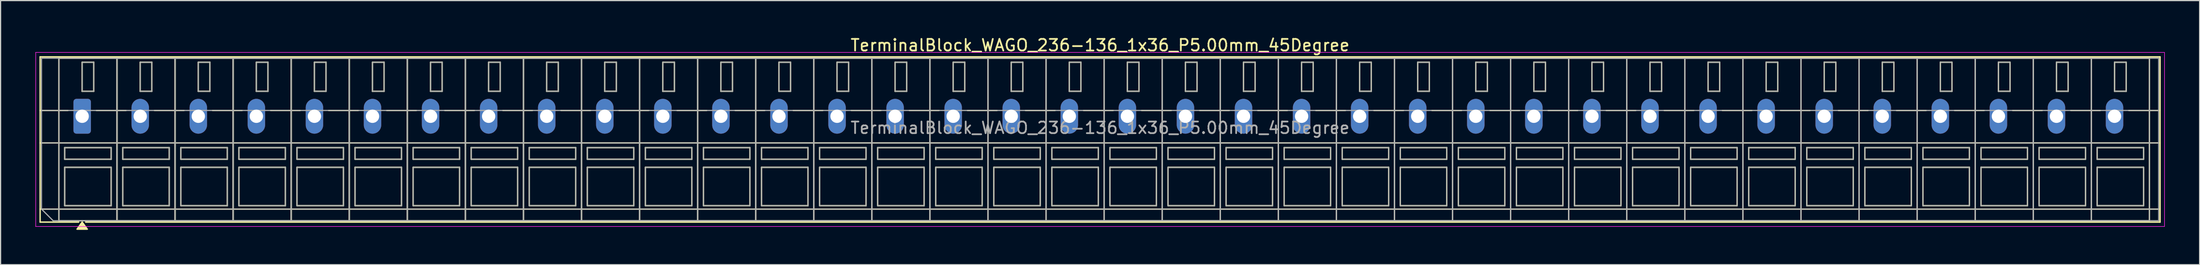
<source format=kicad_pcb>
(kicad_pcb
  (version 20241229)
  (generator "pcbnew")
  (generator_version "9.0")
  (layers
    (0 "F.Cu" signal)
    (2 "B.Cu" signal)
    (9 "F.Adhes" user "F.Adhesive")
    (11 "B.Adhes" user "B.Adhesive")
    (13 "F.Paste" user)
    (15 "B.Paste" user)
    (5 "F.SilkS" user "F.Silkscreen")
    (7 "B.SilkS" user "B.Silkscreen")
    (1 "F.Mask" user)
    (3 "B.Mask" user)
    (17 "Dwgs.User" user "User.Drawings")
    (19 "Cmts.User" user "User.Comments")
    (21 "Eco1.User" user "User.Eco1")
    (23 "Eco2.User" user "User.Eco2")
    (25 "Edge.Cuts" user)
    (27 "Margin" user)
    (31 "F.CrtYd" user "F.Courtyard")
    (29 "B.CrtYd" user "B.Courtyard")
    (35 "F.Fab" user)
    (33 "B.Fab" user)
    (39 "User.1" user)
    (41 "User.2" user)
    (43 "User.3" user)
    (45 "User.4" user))
  (footprint "TerminalBlock_WAGO_236-136_1x36_P5.00mm_45Degree"
    (layer "F.Cu")
    (at 4.025 6.968)
    (property "Reference" "TerminalBlock_WAGO_236-136_1x36_P5.00mm_45Degree" (at 87.65 -6.12 0) (layer "F.SilkS") (effects (font (size 1 1) (thickness 0.15))))
    (attr through_hole)
    (fp_line (start -3.62 -5.12) (end -3.62 9.12) (stroke (width 0.12) (type solid)) (layer "F.SilkS"))
    (fp_line (start -3.62 -5.12) (end 178.92 -5.12) (stroke (width 0.12) (type solid)) (layer "F.SilkS"))
    (fp_line (start -3.62 -0.5) (end -1.23 -0.5) (stroke (width 0.12) (type solid)) (layer "F.SilkS"))
    (fp_line (start -3.62 2.3) (end 178.92 2.3) (stroke (width 0.12) (type solid)) (layer "F.SilkS"))
    (fp_line (start -3.62 8) (end 178.92 8) (stroke (width 0.12) (type solid)) (layer "F.SilkS"))
    (fp_line (start -3.62 9.12) (end -0.3 9.12) (stroke (width 0.12) (type solid)) (layer "F.SilkS"))
    (fp_line (start -2 -5) (end -2 9) (stroke (width 0.12) (type solid)) (layer "F.SilkS"))
    (fp_line (start -2 -5) (end 3 -5) (stroke (width 0.12) (type solid)) (layer "F.SilkS"))
    (fp_line (start -2 9) (end 3 9) (stroke (width 0.12) (type solid)) (layer "F.SilkS"))
    (fp_line (start -1.5 2.7) (end -1.5 3.7) (stroke (width 0.12) (type solid)) (layer "F.SilkS"))
    (fp_line (start -1.5 2.7) (end 2.5 2.7) (stroke (width 0.12) (type solid)) (layer "F.SilkS"))
    (fp_line (start -1.5 3.7) (end 2.5 3.7) (stroke (width 0.12) (type solid)) (layer "F.SilkS"))
    (fp_line (start -1.5 4.4) (end -1.5 7.7) (stroke (width 0.12) (type solid)) (layer "F.SilkS"))
    (fp_line (start -1.5 4.4) (end 2.5 4.4) (stroke (width 0.12) (type solid)) (layer "F.SilkS"))
    (fp_line (start -1.5 7.7) (end 2.5 7.7) (stroke (width 0.12) (type solid)) (layer "F.SilkS"))
    (fp_line (start 0 -4.65) (end 0 -2.15) (stroke (width 0.12) (type solid)) (layer "F.SilkS"))
    (fp_line (start 0 -4.65) (end 1 -4.65) (stroke (width 0.12) (type solid)) (layer "F.SilkS"))
    (fp_line (start 0 -2.15) (end 1 -2.15) (stroke (width 0.12) (type solid)) (layer "F.SilkS"))
    (fp_line (start 0.3 9.12) (end 178.92 9.12) (stroke (width 0.12) (type solid)) (layer "F.SilkS"))
    (fp_line (start 1 -4.65) (end 1 -2.15) (stroke (width 0.12) (type solid)) (layer "F.SilkS"))
    (fp_line (start 1.23 -0.5) (end 3.77 -0.5) (stroke (width 0.12) (type solid)) (layer "F.SilkS"))
    (fp_line (start 2.5 2.7) (end 2.5 3.7) (stroke (width 0.12) (type solid)) (layer "F.SilkS"))
    (fp_line (start 2.5 4.4) (end 2.5 7.7) (stroke (width 0.12) (type solid)) (layer "F.SilkS"))
    (fp_line (start 3 -5) (end 3 9) (stroke (width 0.12) (type solid)) (layer "F.SilkS"))
    (fp_line (start 3 -5) (end 3 9) (stroke (width 0.12) (type solid)) (layer "F.SilkS"))
    (fp_line (start 3 -5) (end 8 -5) (stroke (width 0.12) (type solid)) (layer "F.SilkS"))
    (fp_line (start 3 9) (end 8 9) (stroke (width 0.12) (type solid)) (layer "F.SilkS"))
    (fp_line (start 3.5 2.7) (end 3.5 3.7) (stroke (width 0.12) (type solid)) (layer "F.SilkS"))
    (fp_line (start 3.5 2.7) (end 7.5 2.7) (stroke (width 0.12) (type solid)) (layer "F.SilkS"))
    (fp_line (start 3.5 3.7) (end 7.5 3.7) (stroke (width 0.12) (type solid)) (layer "F.SilkS"))
    (fp_line (start 3.5 4.4) (end 3.5 7.7) (stroke (width 0.12) (type solid)) (layer "F.SilkS"))
    (fp_line (start 3.5 4.4) (end 7.5 4.4) (stroke (width 0.12) (type solid)) (layer "F.SilkS"))
    (fp_line (start 3.5 7.7) (end 7.5 7.7) (stroke (width 0.12) (type solid)) (layer "F.SilkS"))
    (fp_line (start 5 -4.65) (end 5 -2.15) (stroke (width 0.12) (type solid)) (layer "F.SilkS"))
    (fp_line (start 5 -4.65) (end 6 -4.65) (stroke (width 0.12) (type solid)) (layer "F.SilkS"))
    (fp_line (start 5 -2.15) (end 6 -2.15) (stroke (width 0.12) (type solid)) (layer "F.SilkS"))
    (fp_line (start 6 -4.65) (end 6 -2.15) (stroke (width 0.12) (type solid)) (layer "F.SilkS"))
    (fp_line (start 6.23 -0.5) (end 8.77 -0.5) (stroke (width 0.12) (type solid)) (layer "F.SilkS"))
    (fp_line (start 7.5 2.7) (end 7.5 3.7) (stroke (width 0.12) (type solid)) (layer "F.SilkS"))
    (fp_line (start 7.5 4.4) (end 7.5 7.7) (stroke (width 0.12) (type solid)) (layer "F.SilkS"))
    (fp_line (start 8 -5) (end 8 9) (stroke (width 0.12) (type solid)) (layer "F.SilkS"))
    (fp_line (start 8 -5) (end 8 9) (stroke (width 0.12) (type solid)) (layer "F.SilkS"))
    (fp_line (start 8 -5) (end 13 -5) (stroke (width 0.12) (type solid)) (layer "F.SilkS"))
    (fp_line (start 8 9) (end 13 9) (stroke (width 0.12) (type solid)) (layer "F.SilkS"))
    (fp_line (start 8.5 2.7) (end 8.5 3.7) (stroke (width 0.12) (type solid)) (layer "F.SilkS"))
    (fp_line (start 8.5 2.7) (end 12.5 2.7) (stroke (width 0.12) (type solid)) (layer "F.SilkS"))
    (fp_line (start 8.5 3.7) (end 12.5 3.7) (stroke (width 0.12) (type solid)) (layer "F.SilkS"))
    (fp_line (start 8.5 4.4) (end 8.5 7.7) (stroke (width 0.12) (type solid)) (layer "F.SilkS"))
    (fp_line (start 8.5 4.4) (end 12.5 4.4) (stroke (width 0.12) (type solid)) (layer "F.SilkS"))
    (fp_line (start 8.5 7.7) (end 12.5 7.7) (stroke (width 0.12) (type solid)) (layer "F.SilkS"))
    (fp_line (start 10 -4.65) (end 10 -2.15) (stroke (width 0.12) (type solid)) (layer "F.SilkS"))
    (fp_line (start 10 -4.65) (end 11 -4.65) (stroke (width 0.12) (type solid)) (layer "F.SilkS"))
    (fp_line (start 10 -2.15) (end 11 -2.15) (stroke (width 0.12) (type solid)) (layer "F.SilkS"))
    (fp_line (start 11 -4.65) (end 11 -2.15) (stroke (width 0.12) (type solid)) (layer "F.SilkS"))
    (fp_line (start 11.23 -0.5) (end 13.77 -0.5) (stroke (width 0.12) (type solid)) (layer "F.SilkS"))
    (fp_line (start 12.5 2.7) (end 12.5 3.7) (stroke (width 0.12) (type solid)) (layer "F.SilkS"))
    (fp_line (start 12.5 4.4) (end 12.5 7.7) (stroke (width 0.12) (type solid)) (layer "F.SilkS"))
    (fp_line (start 13 -5) (end 13 9) (stroke (width 0.12) (type solid)) (layer "F.SilkS"))
    (fp_line (start 13 -5) (end 13 9) (stroke (width 0.12) (type solid)) (layer "F.SilkS"))
    (fp_line (start 13 -5) (end 18 -5) (stroke (width 0.12) (type solid)) (layer "F.SilkS"))
    (fp_line (start 13 9) (end 18 9) (stroke (width 0.12) (type solid)) (layer "F.SilkS"))
    (fp_line (start 13.5 2.7) (end 13.5 3.7) (stroke (width 0.12) (type solid)) (layer "F.SilkS"))
    (fp_line (start 13.5 2.7) (end 17.5 2.7) (stroke (width 0.12) (type solid)) (layer "F.SilkS"))
    (fp_line (start 13.5 3.7) (end 17.5 3.7) (stroke (width 0.12) (type solid)) (layer "F.SilkS"))
    (fp_line (start 13.5 4.4) (end 13.5 7.7) (stroke (width 0.12) (type solid)) (layer "F.SilkS"))
    (fp_line (start 13.5 4.4) (end 17.5 4.4) (stroke (width 0.12) (type solid)) (layer "F.SilkS"))
    (fp_line (start 13.5 7.7) (end 17.5 7.7) (stroke (width 0.12) (type solid)) (layer "F.SilkS"))
    (fp_line (start 15 -4.65) (end 15 -2.15) (stroke (width 0.12) (type solid)) (layer "F.SilkS"))
    (fp_line (start 15 -4.65) (end 16 -4.65) (stroke (width 0.12) (type solid)) (layer "F.SilkS"))
    (fp_line (start 15 -2.15) (end 16 -2.15) (stroke (width 0.12) (type solid)) (layer "F.SilkS"))
    (fp_line (start 16 -4.65) (end 16 -2.15) (stroke (width 0.12) (type solid)) (layer "F.SilkS"))
    (fp_line (start 16.23 -0.5) (end 18.77 -0.5) (stroke (width 0.12) (type solid)) (layer "F.SilkS"))
    (fp_line (start 17.5 2.7) (end 17.5 3.7) (stroke (width 0.12) (type solid)) (layer "F.SilkS"))
    (fp_line (start 17.5 4.4) (end 17.5 7.7) (stroke (width 0.12) (type solid)) (layer "F.SilkS"))
    (fp_line (start 18 -5) (end 18 9) (stroke (width 0.12) (type solid)) (layer "F.SilkS"))
    (fp_line (start 18 -5) (end 18 9) (stroke (width 0.12) (type solid)) (layer "F.SilkS"))
    (fp_line (start 18 -5) (end 23 -5) (stroke (width 0.12) (type solid)) (layer "F.SilkS"))
    (fp_line (start 18 9) (end 23 9) (stroke (width 0.12) (type solid)) (layer "F.SilkS"))
    (fp_line (start 18.5 2.7) (end 18.5 3.7) (stroke (width 0.12) (type solid)) (layer "F.SilkS"))
    (fp_line (start 18.5 2.7) (end 22.5 2.7) (stroke (width 0.12) (type solid)) (layer "F.SilkS"))
    (fp_line (start 18.5 3.7) (end 22.5 3.7) (stroke (width 0.12) (type solid)) (layer "F.SilkS"))
    (fp_line (start 18.5 4.4) (end 18.5 7.7) (stroke (width 0.12) (type solid)) (layer "F.SilkS"))
    (fp_line (start 18.5 4.4) (end 22.5 4.4) (stroke (width 0.12) (type solid)) (layer "F.SilkS"))
    (fp_line (start 18.5 7.7) (end 22.5 7.7) (stroke (width 0.12) (type solid)) (layer "F.SilkS"))
    (fp_line (start 20 -4.65) (end 20 -2.15) (stroke (width 0.12) (type solid)) (layer "F.SilkS"))
    (fp_line (start 20 -4.65) (end 21 -4.65) (stroke (width 0.12) (type solid)) (layer "F.SilkS"))
    (fp_line (start 20 -2.15) (end 21 -2.15) (stroke (width 0.12) (type solid)) (layer "F.SilkS"))
    (fp_line (start 21 -4.65) (end 21 -2.15) (stroke (width 0.12) (type solid)) (layer "F.SilkS"))
    (fp_line (start 21.23 -0.5) (end 23.77 -0.5) (stroke (width 0.12) (type solid)) (layer "F.SilkS"))
    (fp_line (start 22.5 2.7) (end 22.5 3.7) (stroke (width 0.12) (type solid)) (layer "F.SilkS"))
    (fp_line (start 22.5 4.4) (end 22.5 7.7) (stroke (width 0.12) (type solid)) (layer "F.SilkS"))
    (fp_line (start 23 -5) (end 23 9) (stroke (width 0.12) (type solid)) (layer "F.SilkS"))
    (fp_line (start 23 -5) (end 23 9) (stroke (width 0.12) (type solid)) (layer "F.SilkS"))
    (fp_line (start 23 -5) (end 28 -5) (stroke (width 0.12) (type solid)) (layer "F.SilkS"))
    (fp_line (start 23 9) (end 28 9) (stroke (width 0.12) (type solid)) (layer "F.SilkS"))
    (fp_line (start 23.5 2.7) (end 23.5 3.7) (stroke (width 0.12) (type solid)) (layer "F.SilkS"))
    (fp_line (start 23.5 2.7) (end 27.5 2.7) (stroke (width 0.12) (type solid)) (layer "F.SilkS"))
    (fp_line (start 23.5 3.7) (end 27.5 3.7) (stroke (width 0.12) (type solid)) (layer "F.SilkS"))
    (fp_line (start 23.5 4.4) (end 23.5 7.7) (stroke (width 0.12) (type solid)) (layer "F.SilkS"))
    (fp_line (start 23.5 4.4) (end 27.5 4.4) (stroke (width 0.12) (type solid)) (layer "F.SilkS"))
    (fp_line (start 23.5 7.7) (end 27.5 7.7) (stroke (width 0.12) (type solid)) (layer "F.SilkS"))
    (fp_line (start 25 -4.65) (end 25 -2.15) (stroke (width 0.12) (type solid)) (layer "F.SilkS"))
    (fp_line (start 25 -4.65) (end 26 -4.65) (stroke (width 0.12) (type solid)) (layer "F.SilkS"))
    (fp_line (start 25 -2.15) (end 26 -2.15) (stroke (width 0.12) (type solid)) (layer "F.SilkS"))
    (fp_line (start 26 -4.65) (end 26 -2.15) (stroke (width 0.12) (type solid)) (layer "F.SilkS"))
    (fp_line (start 26.23 -0.5) (end 28.77 -0.5) (stroke (width 0.12) (type solid)) (layer "F.SilkS"))
    (fp_line (start 27.5 2.7) (end 27.5 3.7) (stroke (width 0.12) (type solid)) (layer "F.SilkS"))
    (fp_line (start 27.5 4.4) (end 27.5 7.7) (stroke (width 0.12) (type solid)) (layer "F.SilkS"))
    (fp_line (start 28 -5) (end 28 9) (stroke (width 0.12) (type solid)) (layer "F.SilkS"))
    (fp_line (start 28 -5) (end 28 9) (stroke (width 0.12) (type solid)) (layer "F.SilkS"))
    (fp_line (start 28 -5) (end 33 -5) (stroke (width 0.12) (type solid)) (layer "F.SilkS"))
    (fp_line (start 28 9) (end 33 9) (stroke (width 0.12) (type solid)) (layer "F.SilkS"))
    (fp_line (start 28.5 2.7) (end 28.5 3.7) (stroke (width 0.12) (type solid)) (layer "F.SilkS"))
    (fp_line (start 28.5 2.7) (end 32.5 2.7) (stroke (width 0.12) (type solid)) (layer "F.SilkS"))
    (fp_line (start 28.5 3.7) (end 32.5 3.7) (stroke (width 0.12) (type solid)) (layer "F.SilkS"))
    (fp_line (start 28.5 4.4) (end 28.5 7.7) (stroke (width 0.12) (type solid)) (layer "F.SilkS"))
    (fp_line (start 28.5 4.4) (end 32.5 4.4) (stroke (width 0.12) (type solid)) (layer "F.SilkS"))
    (fp_line (start 28.5 7.7) (end 32.5 7.7) (stroke (width 0.12) (type solid)) (layer "F.SilkS"))
    (fp_line (start 30 -4.65) (end 30 -2.15) (stroke (width 0.12) (type solid)) (layer "F.SilkS"))
    (fp_line (start 30 -4.65) (end 31 -4.65) (stroke (width 0.12) (type solid)) (layer "F.SilkS"))
    (fp_line (start 30 -2.15) (end 31 -2.15) (stroke (width 0.12) (type solid)) (layer "F.SilkS"))
    (fp_line (start 31 -4.65) (end 31 -2.15) (stroke (width 0.12) (type solid)) (layer "F.SilkS"))
    (fp_line (start 31.23 -0.5) (end 33.77 -0.5) (stroke (width 0.12) (type solid)) (layer "F.SilkS"))
    (fp_line (start 32.5 2.7) (end 32.5 3.7) (stroke (width 0.12) (type solid)) (layer "F.SilkS"))
    (fp_line (start 32.5 4.4) (end 32.5 7.7) (stroke (width 0.12) (type solid)) (layer "F.SilkS"))
    (fp_line (start 33 -5) (end 33 9) (stroke (width 0.12) (type solid)) (layer "F.SilkS"))
    (fp_line (start 33 -5) (end 33 9) (stroke (width 0.12) (type solid)) (layer "F.SilkS"))
    (fp_line (start 33 -5) (end 38 -5) (stroke (width 0.12) (type solid)) (layer "F.SilkS"))
    (fp_line (start 33 9) (end 38 9) (stroke (width 0.12) (type solid)) (layer "F.SilkS"))
    (fp_line (start 33.5 2.7) (end 33.5 3.7) (stroke (width 0.12) (type solid)) (layer "F.SilkS"))
    (fp_line (start 33.5 2.7) (end 37.5 2.7) (stroke (width 0.12) (type solid)) (layer "F.SilkS"))
    (fp_line (start 33.5 3.7) (end 37.5 3.7) (stroke (width 0.12) (type solid)) (layer "F.SilkS"))
    (fp_line (start 33.5 4.4) (end 33.5 7.7) (stroke (width 0.12) (type solid)) (layer "F.SilkS"))
    (fp_line (start 33.5 4.4) (end 37.5 4.4) (stroke (width 0.12) (type solid)) (layer "F.SilkS"))
    (fp_line (start 33.5 7.7) (end 37.5 7.7) (stroke (width 0.12) (type solid)) (layer "F.SilkS"))
    (fp_line (start 35 -4.65) (end 35 -2.15) (stroke (width 0.12) (type solid)) (layer "F.SilkS"))
    (fp_line (start 35 -4.65) (end 36 -4.65) (stroke (width 0.12) (type solid)) (layer "F.SilkS"))
    (fp_line (start 35 -2.15) (end 36 -2.15) (stroke (width 0.12) (type solid)) (layer "F.SilkS"))
    (fp_line (start 36 -4.65) (end 36 -2.15) (stroke (width 0.12) (type solid)) (layer "F.SilkS"))
    (fp_line (start 36.23 -0.5) (end 38.77 -0.5) (stroke (width 0.12) (type solid)) (layer "F.SilkS"))
    (fp_line (start 37.5 2.7) (end 37.5 3.7) (stroke (width 0.12) (type solid)) (layer "F.SilkS"))
    (fp_line (start 37.5 4.4) (end 37.5 7.7) (stroke (width 0.12) (type solid)) (layer "F.SilkS"))
    (fp_line (start 38 -5) (end 38 9) (stroke (width 0.12) (type solid)) (layer "F.SilkS"))
    (fp_line (start 38 -5) (end 38 9) (stroke (width 0.12) (type solid)) (layer "F.SilkS"))
    (fp_line (start 38 -5) (end 43 -5) (stroke (width 0.12) (type solid)) (layer "F.SilkS"))
    (fp_line (start 38 9) (end 43 9) (stroke (width 0.12) (type solid)) (layer "F.SilkS"))
    (fp_line (start 38.5 2.7) (end 38.5 3.7) (stroke (width 0.12) (type solid)) (layer "F.SilkS"))
    (fp_line (start 38.5 2.7) (end 42.5 2.7) (stroke (width 0.12) (type solid)) (layer "F.SilkS"))
    (fp_line (start 38.5 3.7) (end 42.5 3.7) (stroke (width 0.12) (type solid)) (layer "F.SilkS"))
    (fp_line (start 38.5 4.4) (end 38.5 7.7) (stroke (width 0.12) (type solid)) (layer "F.SilkS"))
    (fp_line (start 38.5 4.4) (end 42.5 4.4) (stroke (width 0.12) (type solid)) (layer "F.SilkS"))
    (fp_line (start 38.5 7.7) (end 42.5 7.7) (stroke (width 0.12) (type solid)) (layer "F.SilkS"))
    (fp_line (start 40 -4.65) (end 40 -2.15) (stroke (width 0.12) (type solid)) (layer "F.SilkS"))
    (fp_line (start 40 -4.65) (end 41 -4.65) (stroke (width 0.12) (type solid)) (layer "F.SilkS"))
    (fp_line (start 40 -2.15) (end 41 -2.15) (stroke (width 0.12) (type solid)) (layer "F.SilkS"))
    (fp_line (start 41 -4.65) (end 41 -2.15) (stroke (width 0.12) (type solid)) (layer "F.SilkS"))
    (fp_line (start 41.23 -0.5) (end 43.77 -0.5) (stroke (width 0.12) (type solid)) (layer "F.SilkS"))
    (fp_line (start 42.5 2.7) (end 42.5 3.7) (stroke (width 0.12) (type solid)) (layer "F.SilkS"))
    (fp_line (start 42.5 4.4) (end 42.5 7.7) (stroke (width 0.12) (type solid)) (layer "F.SilkS"))
    (fp_line (start 43 -5) (end 43 9) (stroke (width 0.12) (type solid)) (layer "F.SilkS"))
    (fp_line (start 43 -5) (end 43 9) (stroke (width 0.12) (type solid)) (layer "F.SilkS"))
    (fp_line (start 43 -5) (end 48 -5) (stroke (width 0.12) (type solid)) (layer "F.SilkS"))
    (fp_line (start 43 9) (end 48 9) (stroke (width 0.12) (type solid)) (layer "F.SilkS"))
    (fp_line (start 43.5 2.7) (end 43.5 3.7) (stroke (width 0.12) (type solid)) (layer "F.SilkS"))
    (fp_line (start 43.5 2.7) (end 47.5 2.7) (stroke (width 0.12) (type solid)) (layer "F.SilkS"))
    (fp_line (start 43.5 3.7) (end 47.5 3.7) (stroke (width 0.12) (type solid)) (layer "F.SilkS"))
    (fp_line (start 43.5 4.4) (end 43.5 7.7) (stroke (width 0.12) (type solid)) (layer "F.SilkS"))
    (fp_line (start 43.5 4.4) (end 47.5 4.4) (stroke (width 0.12) (type solid)) (layer "F.SilkS"))
    (fp_line (start 43.5 7.7) (end 47.5 7.7) (stroke (width 0.12) (type solid)) (layer "F.SilkS"))
    (fp_line (start 45 -4.65) (end 45 -2.15) (stroke (width 0.12) (type solid)) (layer "F.SilkS"))
    (fp_line (start 45 -4.65) (end 46 -4.65) (stroke (width 0.12) (type solid)) (layer "F.SilkS"))
    (fp_line (start 45 -2.15) (end 46 -2.15) (stroke (width 0.12) (type solid)) (layer "F.SilkS"))
    (fp_line (start 46 -4.65) (end 46 -2.15) (stroke (width 0.12) (type solid)) (layer "F.SilkS"))
    (fp_line (start 46.23 -0.5) (end 48.77 -0.5) (stroke (width 0.12) (type solid)) (layer "F.SilkS"))
    (fp_line (start 47.5 2.7) (end 47.5 3.7) (stroke (width 0.12) (type solid)) (layer "F.SilkS"))
    (fp_line (start 47.5 4.4) (end 47.5 7.7) (stroke (width 0.12) (type solid)) (layer "F.SilkS"))
    (fp_line (start 48 -5) (end 48 9) (stroke (width 0.12) (type solid)) (layer "F.SilkS"))
    (fp_line (start 48 -5) (end 48 9) (stroke (width 0.12) (type solid)) (layer "F.SilkS"))
    (fp_line (start 48 -5) (end 53 -5) (stroke (width 0.12) (type solid)) (layer "F.SilkS"))
    (fp_line (start 48 9) (end 53 9) (stroke (width 0.12) (type solid)) (layer "F.SilkS"))
    (fp_line (start 48.5 2.7) (end 48.5 3.7) (stroke (width 0.12) (type solid)) (layer "F.SilkS"))
    (fp_line (start 48.5 2.7) (end 52.5 2.7) (stroke (width 0.12) (type solid)) (layer "F.SilkS"))
    (fp_line (start 48.5 3.7) (end 52.5 3.7) (stroke (width 0.12) (type solid)) (layer "F.SilkS"))
    (fp_line (start 48.5 4.4) (end 48.5 7.7) (stroke (width 0.12) (type solid)) (layer "F.SilkS"))
    (fp_line (start 48.5 4.4) (end 52.5 4.4) (stroke (width 0.12) (type solid)) (layer "F.SilkS"))
    (fp_line (start 48.5 7.7) (end 52.5 7.7) (stroke (width 0.12) (type solid)) (layer "F.SilkS"))
    (fp_line (start 50 -4.65) (end 50 -2.15) (stroke (width 0.12) (type solid)) (layer "F.SilkS"))
    (fp_line (start 50 -4.65) (end 51 -4.65) (stroke (width 0.12) (type solid)) (layer "F.SilkS"))
    (fp_line (start 50 -2.15) (end 51 -2.15) (stroke (width 0.12) (type solid)) (layer "F.SilkS"))
    (fp_line (start 51 -4.65) (end 51 -2.15) (stroke (width 0.12) (type solid)) (layer "F.SilkS"))
    (fp_line (start 51.23 -0.5) (end 53.77 -0.5) (stroke (width 0.12) (type solid)) (layer "F.SilkS"))
    (fp_line (start 52.5 2.7) (end 52.5 3.7) (stroke (width 0.12) (type solid)) (layer "F.SilkS"))
    (fp_line (start 52.5 4.4) (end 52.5 7.7) (stroke (width 0.12) (type solid)) (layer "F.SilkS"))
    (fp_line (start 53 -5) (end 53 9) (stroke (width 0.12) (type solid)) (layer "F.SilkS"))
    (fp_line (start 53 -5) (end 53 9) (stroke (width 0.12) (type solid)) (layer "F.SilkS"))
    (fp_line (start 53 -5) (end 58 -5) (stroke (width 0.12) (type solid)) (layer "F.SilkS"))
    (fp_line (start 53 9) (end 58 9) (stroke (width 0.12) (type solid)) (layer "F.SilkS"))
    (fp_line (start 53.5 2.7) (end 53.5 3.7) (stroke (width 0.12) (type solid)) (layer "F.SilkS"))
    (fp_line (start 53.5 2.7) (end 57.5 2.7) (stroke (width 0.12) (type solid)) (layer "F.SilkS"))
    (fp_line (start 53.5 3.7) (end 57.5 3.7) (stroke (width 0.12) (type solid)) (layer "F.SilkS"))
    (fp_line (start 53.5 4.4) (end 53.5 7.7) (stroke (width 0.12) (type solid)) (layer "F.SilkS"))
    (fp_line (start 53.5 4.4) (end 57.5 4.4) (stroke (width 0.12) (type solid)) (layer "F.SilkS"))
    (fp_line (start 53.5 7.7) (end 57.5 7.7) (stroke (width 0.12) (type solid)) (layer "F.SilkS"))
    (fp_line (start 55 -4.65) (end 55 -2.15) (stroke (width 0.12) (type solid)) (layer "F.SilkS"))
    (fp_line (start 55 -4.65) (end 56 -4.65) (stroke (width 0.12) (type solid)) (layer "F.SilkS"))
    (fp_line (start 55 -2.15) (end 56 -2.15) (stroke (width 0.12) (type solid)) (layer "F.SilkS"))
    (fp_line (start 56 -4.65) (end 56 -2.15) (stroke (width 0.12) (type solid)) (layer "F.SilkS"))
    (fp_line (start 56.23 -0.5) (end 58.77 -0.5) (stroke (width 0.12) (type solid)) (layer "F.SilkS"))
    (fp_line (start 57.5 2.7) (end 57.5 3.7) (stroke (width 0.12) (type solid)) (layer "F.SilkS"))
    (fp_line (start 57.5 4.4) (end 57.5 7.7) (stroke (width 0.12) (type solid)) (layer "F.SilkS"))
    (fp_line (start 58 -5) (end 58 9) (stroke (width 0.12) (type solid)) (layer "F.SilkS"))
    (fp_line (start 58 -5) (end 58 9) (stroke (width 0.12) (type solid)) (layer "F.SilkS"))
    (fp_line (start 58 -5) (end 63 -5) (stroke (width 0.12) (type solid)) (layer "F.SilkS"))
    (fp_line (start 58 9) (end 63 9) (stroke (width 0.12) (type solid)) (layer "F.SilkS"))
    (fp_line (start 58.5 2.7) (end 58.5 3.7) (stroke (width 0.12) (type solid)) (layer "F.SilkS"))
    (fp_line (start 58.5 2.7) (end 62.5 2.7) (stroke (width 0.12) (type solid)) (layer "F.SilkS"))
    (fp_line (start 58.5 3.7) (end 62.5 3.7) (stroke (width 0.12) (type solid)) (layer "F.SilkS"))
    (fp_line (start 58.5 4.4) (end 58.5 7.7) (stroke (width 0.12) (type solid)) (layer "F.SilkS"))
    (fp_line (start 58.5 4.4) (end 62.5 4.4) (stroke (width 0.12) (type solid)) (layer "F.SilkS"))
    (fp_line (start 58.5 7.7) (end 62.5 7.7) (stroke (width 0.12) (type solid)) (layer "F.SilkS"))
    (fp_line (start 60 -4.65) (end 60 -2.15) (stroke (width 0.12) (type solid)) (layer "F.SilkS"))
    (fp_line (start 60 -4.65) (end 61 -4.65) (stroke (width 0.12) (type solid)) (layer "F.SilkS"))
    (fp_line (start 60 -2.15) (end 61 -2.15) (stroke (width 0.12) (type solid)) (layer "F.SilkS"))
    (fp_line (start 61 -4.65) (end 61 -2.15) (stroke (width 0.12) (type solid)) (layer "F.SilkS"))
    (fp_line (start 61.23 -0.5) (end 63.77 -0.5) (stroke (width 0.12) (type solid)) (layer "F.SilkS"))
    (fp_line (start 62.5 2.7) (end 62.5 3.7) (stroke (width 0.12) (type solid)) (layer "F.SilkS"))
    (fp_line (start 62.5 4.4) (end 62.5 7.7) (stroke (width 0.12) (type solid)) (layer "F.SilkS"))
    (fp_line (start 63 -5) (end 63 9) (stroke (width 0.12) (type solid)) (layer "F.SilkS"))
    (fp_line (start 63 -5) (end 63 9) (stroke (width 0.12) (type solid)) (layer "F.SilkS"))
    (fp_line (start 63 -5) (end 68 -5) (stroke (width 0.12) (type solid)) (layer "F.SilkS"))
    (fp_line (start 63 9) (end 68 9) (stroke (width 0.12) (type solid)) (layer "F.SilkS"))
    (fp_line (start 63.5 2.7) (end 63.5 3.7) (stroke (width 0.12) (type solid)) (layer "F.SilkS"))
    (fp_line (start 63.5 2.7) (end 67.5 2.7) (stroke (width 0.12) (type solid)) (layer "F.SilkS"))
    (fp_line (start 63.5 3.7) (end 67.5 3.7) (stroke (width 0.12) (type solid)) (layer "F.SilkS"))
    (fp_line (start 63.5 4.4) (end 63.5 7.7) (stroke (width 0.12) (type solid)) (layer "F.SilkS"))
    (fp_line (start 63.5 4.4) (end 67.5 4.4) (stroke (width 0.12) (type solid)) (layer "F.SilkS"))
    (fp_line (start 63.5 7.7) (end 67.5 7.7) (stroke (width 0.12) (type solid)) (layer "F.SilkS"))
    (fp_line (start 65 -4.65) (end 65 -2.15) (stroke (width 0.12) (type solid)) (layer "F.SilkS"))
    (fp_line (start 65 -4.65) (end 66 -4.65) (stroke (width 0.12) (type solid)) (layer "F.SilkS"))
    (fp_line (start 65 -2.15) (end 66 -2.15) (stroke (width 0.12) (type solid)) (layer "F.SilkS"))
    (fp_line (start 66 -4.65) (end 66 -2.15) (stroke (width 0.12) (type solid)) (layer "F.SilkS"))
    (fp_line (start 66.23 -0.5) (end 68.77 -0.5) (stroke (width 0.12) (type solid)) (layer "F.SilkS"))
    (fp_line (start 67.5 2.7) (end 67.5 3.7) (stroke (width 0.12) (type solid)) (layer "F.SilkS"))
    (fp_line (start 67.5 4.4) (end 67.5 7.7) (stroke (width 0.12) (type solid)) (layer "F.SilkS"))
    (fp_line (start 68 -5) (end 68 9) (stroke (width 0.12) (type solid)) (layer "F.SilkS"))
    (fp_line (start 68 -5) (end 68 9) (stroke (width 0.12) (type solid)) (layer "F.SilkS"))
    (fp_line (start 68 -5) (end 73 -5) (stroke (width 0.12) (type solid)) (layer "F.SilkS"))
    (fp_line (start 68 9) (end 73 9) (stroke (width 0.12) (type solid)) (layer "F.SilkS"))
    (fp_line (start 68.5 2.7) (end 68.5 3.7) (stroke (width 0.12) (type solid)) (layer "F.SilkS"))
    (fp_line (start 68.5 2.7) (end 72.5 2.7) (stroke (width 0.12) (type solid)) (layer "F.SilkS"))
    (fp_line (start 68.5 3.7) (end 72.5 3.7) (stroke (width 0.12) (type solid)) (layer "F.SilkS"))
    (fp_line (start 68.5 4.4) (end 68.5 7.7) (stroke (width 0.12) (type solid)) (layer "F.SilkS"))
    (fp_line (start 68.5 4.4) (end 72.5 4.4) (stroke (width 0.12) (type solid)) (layer "F.SilkS"))
    (fp_line (start 68.5 7.7) (end 72.5 7.7) (stroke (width 0.12) (type solid)) (layer "F.SilkS"))
    (fp_line (start 70 -4.65) (end 70 -2.15) (stroke (width 0.12) (type solid)) (layer "F.SilkS"))
    (fp_line (start 70 -4.65) (end 71 -4.65) (stroke (width 0.12) (type solid)) (layer "F.SilkS"))
    (fp_line (start 70 -2.15) (end 71 -2.15) (stroke (width 0.12) (type solid)) (layer "F.SilkS"))
    (fp_line (start 71 -4.65) (end 71 -2.15) (stroke (width 0.12) (type solid)) (layer "F.SilkS"))
    (fp_line (start 71.23 -0.5) (end 73.77 -0.5) (stroke (width 0.12) (type solid)) (layer "F.SilkS"))
    (fp_line (start 72.5 2.7) (end 72.5 3.7) (stroke (width 0.12) (type solid)) (layer "F.SilkS"))
    (fp_line (start 72.5 4.4) (end 72.5 7.7) (stroke (width 0.12) (type solid)) (layer "F.SilkS"))
    (fp_line (start 73 -5) (end 73 9) (stroke (width 0.12) (type solid)) (layer "F.SilkS"))
    (fp_line (start 73 -5) (end 73 9) (stroke (width 0.12) (type solid)) (layer "F.SilkS"))
    (fp_line (start 73 -5) (end 78 -5) (stroke (width 0.12) (type solid)) (layer "F.SilkS"))
    (fp_line (start 73 9) (end 78 9) (stroke (width 0.12) (type solid)) (layer "F.SilkS"))
    (fp_line (start 73.5 2.7) (end 73.5 3.7) (stroke (width 0.12) (type solid)) (layer "F.SilkS"))
    (fp_line (start 73.5 2.7) (end 77.5 2.7) (stroke (width 0.12) (type solid)) (layer "F.SilkS"))
    (fp_line (start 73.5 3.7) (end 77.5 3.7) (stroke (width 0.12) (type solid)) (layer "F.SilkS"))
    (fp_line (start 73.5 4.4) (end 73.5 7.7) (stroke (width 0.12) (type solid)) (layer "F.SilkS"))
    (fp_line (start 73.5 4.4) (end 77.5 4.4) (stroke (width 0.12) (type solid)) (layer "F.SilkS"))
    (fp_line (start 73.5 7.7) (end 77.5 7.7) (stroke (width 0.12) (type solid)) (layer "F.SilkS"))
    (fp_line (start 75 -4.65) (end 75 -2.15) (stroke (width 0.12) (type solid)) (layer "F.SilkS"))
    (fp_line (start 75 -4.65) (end 76 -4.65) (stroke (width 0.12) (type solid)) (layer "F.SilkS"))
    (fp_line (start 75 -2.15) (end 76 -2.15) (stroke (width 0.12) (type solid)) (layer "F.SilkS"))
    (fp_line (start 76 -4.65) (end 76 -2.15) (stroke (width 0.12) (type solid)) (layer "F.SilkS"))
    (fp_line (start 76.23 -0.5) (end 78.77 -0.5) (stroke (width 0.12) (type solid)) (layer "F.SilkS"))
    (fp_line (start 77.5 2.7) (end 77.5 3.7) (stroke (width 0.12) (type solid)) (layer "F.SilkS"))
    (fp_line (start 77.5 4.4) (end 77.5 7.7) (stroke (width 0.12) (type solid)) (layer "F.SilkS"))
    (fp_line (start 78 -5) (end 78 9) (stroke (width 0.12) (type solid)) (layer "F.SilkS"))
    (fp_line (start 78 -5) (end 78 9) (stroke (width 0.12) (type solid)) (layer "F.SilkS"))
    (fp_line (start 78 -5) (end 83 -5) (stroke (width 0.12) (type solid)) (layer "F.SilkS"))
    (fp_line (start 78 9) (end 83 9) (stroke (width 0.12) (type solid)) (layer "F.SilkS"))
    (fp_line (start 78.5 2.7) (end 78.5 3.7) (stroke (width 0.12) (type solid)) (layer "F.SilkS"))
    (fp_line (start 78.5 2.7) (end 82.5 2.7) (stroke (width 0.12) (type solid)) (layer "F.SilkS"))
    (fp_line (start 78.5 3.7) (end 82.5 3.7) (stroke (width 0.12) (type solid)) (layer "F.SilkS"))
    (fp_line (start 78.5 4.4) (end 78.5 7.7) (stroke (width 0.12) (type solid)) (layer "F.SilkS"))
    (fp_line (start 78.5 4.4) (end 82.5 4.4) (stroke (width 0.12) (type solid)) (layer "F.SilkS"))
    (fp_line (start 78.5 7.7) (end 82.5 7.7) (stroke (width 0.12) (type solid)) (layer "F.SilkS"))
    (fp_line (start 80 -4.65) (end 80 -2.15) (stroke (width 0.12) (type solid)) (layer "F.SilkS"))
    (fp_line (start 80 -4.65) (end 81 -4.65) (stroke (width 0.12) (type solid)) (layer "F.SilkS"))
    (fp_line (start 80 -2.15) (end 81 -2.15) (stroke (width 0.12) (type solid)) (layer "F.SilkS"))
    (fp_line (start 81 -4.65) (end 81 -2.15) (stroke (width 0.12) (type solid)) (layer "F.SilkS"))
    (fp_line (start 81.23 -0.5) (end 83.77 -0.5) (stroke (width 0.12) (type solid)) (layer "F.SilkS"))
    (fp_line (start 82.5 2.7) (end 82.5 3.7) (stroke (width 0.12) (type solid)) (layer "F.SilkS"))
    (fp_line (start 82.5 4.4) (end 82.5 7.7) (stroke (width 0.12) (type solid)) (layer "F.SilkS"))
    (fp_line (start 83 -5) (end 83 9) (stroke (width 0.12) (type solid)) (layer "F.SilkS"))
    (fp_line (start 83 -5) (end 83 9) (stroke (width 0.12) (type solid)) (layer "F.SilkS"))
    (fp_line (start 83 -5) (end 88 -5) (stroke (width 0.12) (type solid)) (layer "F.SilkS"))
    (fp_line (start 83 9) (end 88 9) (stroke (width 0.12) (type solid)) (layer "F.SilkS"))
    (fp_line (start 83.5 2.7) (end 83.5 3.7) (stroke (width 0.12) (type solid)) (layer "F.SilkS"))
    (fp_line (start 83.5 2.7) (end 87.5 2.7) (stroke (width 0.12) (type solid)) (layer "F.SilkS"))
    (fp_line (start 83.5 3.7) (end 87.5 3.7) (stroke (width 0.12) (type solid)) (layer "F.SilkS"))
    (fp_line (start 83.5 4.4) (end 83.5 7.7) (stroke (width 0.12) (type solid)) (layer "F.SilkS"))
    (fp_line (start 83.5 4.4) (end 87.5 4.4) (stroke (width 0.12) (type solid)) (layer "F.SilkS"))
    (fp_line (start 83.5 7.7) (end 87.5 7.7) (stroke (width 0.12) (type solid)) (layer "F.SilkS"))
    (fp_line (start 85 -4.65) (end 85 -2.15) (stroke (width 0.12) (type solid)) (layer "F.SilkS"))
    (fp_line (start 85 -4.65) (end 86 -4.65) (stroke (width 0.12) (type solid)) (layer "F.SilkS"))
    (fp_line (start 85 -2.15) (end 86 -2.15) (stroke (width 0.12) (type solid)) (layer "F.SilkS"))
    (fp_line (start 86 -4.65) (end 86 -2.15) (stroke (width 0.12) (type solid)) (layer "F.SilkS"))
    (fp_line (start 86.23 -0.5) (end 88.77 -0.5) (stroke (width 0.12) (type solid)) (layer "F.SilkS"))
    (fp_line (start 87.5 2.7) (end 87.5 3.7) (stroke (width 0.12) (type solid)) (layer "F.SilkS"))
    (fp_line (start 87.5 4.4) (end 87.5 7.7) (stroke (width 0.12) (type solid)) (layer "F.SilkS"))
    (fp_line (start 88 -5) (end 88 9) (stroke (width 0.12) (type solid)) (layer "F.SilkS"))
    (fp_line (start 88 -5) (end 88 9) (stroke (width 0.12) (type solid)) (layer "F.SilkS"))
    (fp_line (start 88 -5) (end 93 -5) (stroke (width 0.12) (type solid)) (layer "F.SilkS"))
    (fp_line (start 88 9) (end 93 9) (stroke (width 0.12) (type solid)) (layer "F.SilkS"))
    (fp_line (start 88.5 2.7) (end 88.5 3.7) (stroke (width 0.12) (type solid)) (layer "F.SilkS"))
    (fp_line (start 88.5 2.7) (end 92.5 2.7) (stroke (width 0.12) (type solid)) (layer "F.SilkS"))
    (fp_line (start 88.5 3.7) (end 92.5 3.7) (stroke (width 0.12) (type solid)) (layer "F.SilkS"))
    (fp_line (start 88.5 4.4) (end 88.5 7.7) (stroke (width 0.12) (type solid)) (layer "F.SilkS"))
    (fp_line (start 88.5 4.4) (end 92.5 4.4) (stroke (width 0.12) (type solid)) (layer "F.SilkS"))
    (fp_line (start 88.5 7.7) (end 92.5 7.7) (stroke (width 0.12) (type solid)) (layer "F.SilkS"))
    (fp_line (start 90 -4.65) (end 90 -2.15) (stroke (width 0.12) (type solid)) (layer "F.SilkS"))
    (fp_line (start 90 -4.65) (end 91 -4.65) (stroke (width 0.12) (type solid)) (layer "F.SilkS"))
    (fp_line (start 90 -2.15) (end 91 -2.15) (stroke (width 0.12) (type solid)) (layer "F.SilkS"))
    (fp_line (start 91 -4.65) (end 91 -2.15) (stroke (width 0.12) (type solid)) (layer "F.SilkS"))
    (fp_line (start 91.23 -0.5) (end 93.77 -0.5) (stroke (width 0.12) (type solid)) (layer "F.SilkS"))
    (fp_line (start 92.5 2.7) (end 92.5 3.7) (stroke (width 0.12) (type solid)) (layer "F.SilkS"))
    (fp_line (start 92.5 4.4) (end 92.5 7.7) (stroke (width 0.12) (type solid)) (layer "F.SilkS"))
    (fp_line (start 93 -5) (end 93 9) (stroke (width 0.12) (type solid)) (layer "F.SilkS"))
    (fp_line (start 93 -5) (end 93 9) (stroke (width 0.12) (type solid)) (layer "F.SilkS"))
    (fp_line (start 93 -5) (end 98 -5) (stroke (width 0.12) (type solid)) (layer "F.SilkS"))
    (fp_line (start 93 9) (end 98 9) (stroke (width 0.12) (type solid)) (layer "F.SilkS"))
    (fp_line (start 93.5 2.7) (end 93.5 3.7) (stroke (width 0.12) (type solid)) (layer "F.SilkS"))
    (fp_line (start 93.5 2.7) (end 97.5 2.7) (stroke (width 0.12) (type solid)) (layer "F.SilkS"))
    (fp_line (start 93.5 3.7) (end 97.5 3.7) (stroke (width 0.12) (type solid)) (layer "F.SilkS"))
    (fp_line (start 93.5 4.4) (end 93.5 7.7) (stroke (width 0.12) (type solid)) (layer "F.SilkS"))
    (fp_line (start 93.5 4.4) (end 97.5 4.4) (stroke (width 0.12) (type solid)) (layer "F.SilkS"))
    (fp_line (start 93.5 7.7) (end 97.5 7.7) (stroke (width 0.12) (type solid)) (layer "F.SilkS"))
    (fp_line (start 95 -4.65) (end 95 -2.15) (stroke (width 0.12) (type solid)) (layer "F.SilkS"))
    (fp_line (start 95 -4.65) (end 96 -4.65) (stroke (width 0.12) (type solid)) (layer "F.SilkS"))
    (fp_line (start 95 -2.15) (end 96 -2.15) (stroke (width 0.12) (type solid)) (layer "F.SilkS"))
    (fp_line (start 96 -4.65) (end 96 -2.15) (stroke (width 0.12) (type solid)) (layer "F.SilkS"))
    (fp_line (start 96.23 -0.5) (end 98.77 -0.5) (stroke (width 0.12) (type solid)) (layer "F.SilkS"))
    (fp_line (start 97.5 2.7) (end 97.5 3.7) (stroke (width 0.12) (type solid)) (layer "F.SilkS"))
    (fp_line (start 97.5 4.4) (end 97.5 7.7) (stroke (width 0.12) (type solid)) (layer "F.SilkS"))
    (fp_line (start 98 -5) (end 98 9) (stroke (width 0.12) (type solid)) (layer "F.SilkS"))
    (fp_line (start 98 -5) (end 98 9) (stroke (width 0.12) (type solid)) (layer "F.SilkS"))
    (fp_line (start 98 -5) (end 103 -5) (stroke (width 0.12) (type solid)) (layer "F.SilkS"))
    (fp_line (start 98 9) (end 103 9) (stroke (width 0.12) (type solid)) (layer "F.SilkS"))
    (fp_line (start 98.5 2.7) (end 98.5 3.7) (stroke (width 0.12) (type solid)) (layer "F.SilkS"))
    (fp_line (start 98.5 2.7) (end 102.5 2.7) (stroke (width 0.12) (type solid)) (layer "F.SilkS"))
    (fp_line (start 98.5 3.7) (end 102.5 3.7) (stroke (width 0.12) (type solid)) (layer "F.SilkS"))
    (fp_line (start 98.5 4.4) (end 98.5 7.7) (stroke (width 0.12) (type solid)) (layer "F.SilkS"))
    (fp_line (start 98.5 4.4) (end 102.5 4.4) (stroke (width 0.12) (type solid)) (layer "F.SilkS"))
    (fp_line (start 98.5 7.7) (end 102.5 7.7) (stroke (width 0.12) (type solid)) (layer "F.SilkS"))
    (fp_line (start 100 -4.65) (end 100 -2.15) (stroke (width 0.12) (type solid)) (layer "F.SilkS"))
    (fp_line (start 100 -4.65) (end 101 -4.65) (stroke (width 0.12) (type solid)) (layer "F.SilkS"))
    (fp_line (start 100 -2.15) (end 101 -2.15) (stroke (width 0.12) (type solid)) (layer "F.SilkS"))
    (fp_line (start 101 -4.65) (end 101 -2.15) (stroke (width 0.12) (type solid)) (layer "F.SilkS"))
    (fp_line (start 101.23 -0.5) (end 103.77 -0.5) (stroke (width 0.12) (type solid)) (layer "F.SilkS"))
    (fp_line (start 102.5 2.7) (end 102.5 3.7) (stroke (width 0.12) (type solid)) (layer "F.SilkS"))
    (fp_line (start 102.5 4.4) (end 102.5 7.7) (stroke (width 0.12) (type solid)) (layer "F.SilkS"))
    (fp_line (start 103 -5) (end 103 9) (stroke (width 0.12) (type solid)) (layer "F.SilkS"))
    (fp_line (start 103 -5) (end 103 9) (stroke (width 0.12) (type solid)) (layer "F.SilkS"))
    (fp_line (start 103 -5) (end 108 -5) (stroke (width 0.12) (type solid)) (layer "F.SilkS"))
    (fp_line (start 103 9) (end 108 9) (stroke (width 0.12) (type solid)) (layer "F.SilkS"))
    (fp_line (start 103.5 2.7) (end 103.5 3.7) (stroke (width 0.12) (type solid)) (layer "F.SilkS"))
    (fp_line (start 103.5 2.7) (end 107.5 2.7) (stroke (width 0.12) (type solid)) (layer "F.SilkS"))
    (fp_line (start 103.5 3.7) (end 107.5 3.7) (stroke (width 0.12) (type solid)) (layer "F.SilkS"))
    (fp_line (start 103.5 4.4) (end 103.5 7.7) (stroke (width 0.12) (type solid)) (layer "F.SilkS"))
    (fp_line (start 103.5 4.4) (end 107.5 4.4) (stroke (width 0.12) (type solid)) (layer "F.SilkS"))
    (fp_line (start 103.5 7.7) (end 107.5 7.7) (stroke (width 0.12) (type solid)) (layer "F.SilkS"))
    (fp_line (start 105 -4.65) (end 105 -2.15) (stroke (width 0.12) (type solid)) (layer "F.SilkS"))
    (fp_line (start 105 -4.65) (end 106 -4.65) (stroke (width 0.12) (type solid)) (layer "F.SilkS"))
    (fp_line (start 105 -2.15) (end 106 -2.15) (stroke (width 0.12) (type solid)) (layer "F.SilkS"))
    (fp_line (start 106 -4.65) (end 106 -2.15) (stroke (width 0.12) (type solid)) (layer "F.SilkS"))
    (fp_line (start 106.23 -0.5) (end 108.77 -0.5) (stroke (width 0.12) (type solid)) (layer "F.SilkS"))
    (fp_line (start 107.5 2.7) (end 107.5 3.7) (stroke (width 0.12) (type solid)) (layer "F.SilkS"))
    (fp_line (start 107.5 4.4) (end 107.5 7.7) (stroke (width 0.12) (type solid)) (layer "F.SilkS"))
    (fp_line (start 108 -5) (end 108 9) (stroke (width 0.12) (type solid)) (layer "F.SilkS"))
    (fp_line (start 108 -5) (end 108 9) (stroke (width 0.12) (type solid)) (layer "F.SilkS"))
    (fp_line (start 108 -5) (end 113 -5) (stroke (width 0.12) (type solid)) (layer "F.SilkS"))
    (fp_line (start 108 9) (end 113 9) (stroke (width 0.12) (type solid)) (layer "F.SilkS"))
    (fp_line (start 108.5 2.7) (end 108.5 3.7) (stroke (width 0.12) (type solid)) (layer "F.SilkS"))
    (fp_line (start 108.5 2.7) (end 112.5 2.7) (stroke (width 0.12) (type solid)) (layer "F.SilkS"))
    (fp_line (start 108.5 3.7) (end 112.5 3.7) (stroke (width 0.12) (type solid)) (layer "F.SilkS"))
    (fp_line (start 108.5 4.4) (end 108.5 7.7) (stroke (width 0.12) (type solid)) (layer "F.SilkS"))
    (fp_line (start 108.5 4.4) (end 112.5 4.4) (stroke (width 0.12) (type solid)) (layer "F.SilkS"))
    (fp_line (start 108.5 7.7) (end 112.5 7.7) (stroke (width 0.12) (type solid)) (layer "F.SilkS"))
    (fp_line (start 110 -4.65) (end 110 -2.15) (stroke (width 0.12) (type solid)) (layer "F.SilkS"))
    (fp_line (start 110 -4.65) (end 111 -4.65) (stroke (width 0.12) (type solid)) (layer "F.SilkS"))
    (fp_line (start 110 -2.15) (end 111 -2.15) (stroke (width 0.12) (type solid)) (layer "F.SilkS"))
    (fp_line (start 111 -4.65) (end 111 -2.15) (stroke (width 0.12) (type solid)) (layer "F.SilkS"))
    (fp_line (start 111.23 -0.5) (end 113.77 -0.5) (stroke (width 0.12) (type solid)) (layer "F.SilkS"))
    (fp_line (start 112.5 2.7) (end 112.5 3.7) (stroke (width 0.12) (type solid)) (layer "F.SilkS"))
    (fp_line (start 112.5 4.4) (end 112.5 7.7) (stroke (width 0.12) (type solid)) (layer "F.SilkS"))
    (fp_line (start 113 -5) (end 113 9) (stroke (width 0.12) (type solid)) (layer "F.SilkS"))
    (fp_line (start 113 -5) (end 113 9) (stroke (width 0.12) (type solid)) (layer "F.SilkS"))
    (fp_line (start 113 -5) (end 118 -5) (stroke (width 0.12) (type solid)) (layer "F.SilkS"))
    (fp_line (start 113 9) (end 118 9) (stroke (width 0.12) (type solid)) (layer "F.SilkS"))
    (fp_line (start 113.5 2.7) (end 113.5 3.7) (stroke (width 0.12) (type solid)) (layer "F.SilkS"))
    (fp_line (start 113.5 2.7) (end 117.5 2.7) (stroke (width 0.12) (type solid)) (layer "F.SilkS"))
    (fp_line (start 113.5 3.7) (end 117.5 3.7) (stroke (width 0.12) (type solid)) (layer "F.SilkS"))
    (fp_line (start 113.5 4.4) (end 113.5 7.7) (stroke (width 0.12) (type solid)) (layer "F.SilkS"))
    (fp_line (start 113.5 4.4) (end 117.5 4.4) (stroke (width 0.12) (type solid)) (layer "F.SilkS"))
    (fp_line (start 113.5 7.7) (end 117.5 7.7) (stroke (width 0.12) (type solid)) (layer "F.SilkS"))
    (fp_line (start 115 -4.65) (end 115 -2.15) (stroke (width 0.12) (type solid)) (layer "F.SilkS"))
    (fp_line (start 115 -4.65) (end 116 -4.65) (stroke (width 0.12) (type solid)) (layer "F.SilkS"))
    (fp_line (start 115 -2.15) (end 116 -2.15) (stroke (width 0.12) (type solid)) (layer "F.SilkS"))
    (fp_line (start 116 -4.65) (end 116 -2.15) (stroke (width 0.12) (type solid)) (layer "F.SilkS"))
    (fp_line (start 116.23 -0.5) (end 118.77 -0.5) (stroke (width 0.12) (type solid)) (layer "F.SilkS"))
    (fp_line (start 117.5 2.7) (end 117.5 3.7) (stroke (width 0.12) (type solid)) (layer "F.SilkS"))
    (fp_line (start 117.5 4.4) (end 117.5 7.7) (stroke (width 0.12) (type solid)) (layer "F.SilkS"))
    (fp_line (start 118 -5) (end 118 9) (stroke (width 0.12) (type solid)) (layer "F.SilkS"))
    (fp_line (start 118 -5) (end 118 9) (stroke (width 0.12) (type solid)) (layer "F.SilkS"))
    (fp_line (start 118 -5) (end 123 -5) (stroke (width 0.12) (type solid)) (layer "F.SilkS"))
    (fp_line (start 118 9) (end 123 9) (stroke (width 0.12) (type solid)) (layer "F.SilkS"))
    (fp_line (start 118.5 2.7) (end 118.5 3.7) (stroke (width 0.12) (type solid)) (layer "F.SilkS"))
    (fp_line (start 118.5 2.7) (end 122.5 2.7) (stroke (width 0.12) (type solid)) (layer "F.SilkS"))
    (fp_line (start 118.5 3.7) (end 122.5 3.7) (stroke (width 0.12) (type solid)) (layer "F.SilkS"))
    (fp_line (start 118.5 4.4) (end 118.5 7.7) (stroke (width 0.12) (type solid)) (layer "F.SilkS"))
    (fp_line (start 118.5 4.4) (end 122.5 4.4) (stroke (width 0.12) (type solid)) (layer "F.SilkS"))
    (fp_line (start 118.5 7.7) (end 122.5 7.7) (stroke (width 0.12) (type solid)) (layer "F.SilkS"))
    (fp_line (start 120 -4.65) (end 120 -2.15) (stroke (width 0.12) (type solid)) (layer "F.SilkS"))
    (fp_line (start 120 -4.65) (end 121 -4.65) (stroke (width 0.12) (type solid)) (layer "F.SilkS"))
    (fp_line (start 120 -2.15) (end 121 -2.15) (stroke (width 0.12) (type solid)) (layer "F.SilkS"))
    (fp_line (start 121 -4.65) (end 121 -2.15) (stroke (width 0.12) (type solid)) (layer "F.SilkS"))
    (fp_line (start 121.23 -0.5) (end 123.77 -0.5) (stroke (width 0.12) (type solid)) (layer "F.SilkS"))
    (fp_line (start 122.5 2.7) (end 122.5 3.7) (stroke (width 0.12) (type solid)) (layer "F.SilkS"))
    (fp_line (start 122.5 4.4) (end 122.5 7.7) (stroke (width 0.12) (type solid)) (layer "F.SilkS"))
    (fp_line (start 123 -5) (end 123 9) (stroke (width 0.12) (type solid)) (layer "F.SilkS"))
    (fp_line (start 123 -5) (end 123 9) (stroke (width 0.12) (type solid)) (layer "F.SilkS"))
    (fp_line (start 123 -5) (end 128 -5) (stroke (width 0.12) (type solid)) (layer "F.SilkS"))
    (fp_line (start 123 9) (end 128 9) (stroke (width 0.12) (type solid)) (layer "F.SilkS"))
    (fp_line (start 123.5 2.7) (end 123.5 3.7) (stroke (width 0.12) (type solid)) (layer "F.SilkS"))
    (fp_line (start 123.5 2.7) (end 127.5 2.7) (stroke (width 0.12) (type solid)) (layer "F.SilkS"))
    (fp_line (start 123.5 3.7) (end 127.5 3.7) (stroke (width 0.12) (type solid)) (layer "F.SilkS"))
    (fp_line (start 123.5 4.4) (end 123.5 7.7) (stroke (width 0.12) (type solid)) (layer "F.SilkS"))
    (fp_line (start 123.5 4.4) (end 127.5 4.4) (stroke (width 0.12) (type solid)) (layer "F.SilkS"))
    (fp_line (start 123.5 7.7) (end 127.5 7.7) (stroke (width 0.12) (type solid)) (layer "F.SilkS"))
    (fp_line (start 125 -4.65) (end 125 -2.15) (stroke (width 0.12) (type solid)) (layer "F.SilkS"))
    (fp_line (start 125 -4.65) (end 126 -4.65) (stroke (width 0.12) (type solid)) (layer "F.SilkS"))
    (fp_line (start 125 -2.15) (end 126 -2.15) (stroke (width 0.12) (type solid)) (layer "F.SilkS"))
    (fp_line (start 126 -4.65) (end 126 -2.15) (stroke (width 0.12) (type solid)) (layer "F.SilkS"))
    (fp_line (start 126.23 -0.5) (end 128.77 -0.5) (stroke (width 0.12) (type solid)) (layer "F.SilkS"))
    (fp_line (start 127.5 2.7) (end 127.5 3.7) (stroke (width 0.12) (type solid)) (layer "F.SilkS"))
    (fp_line (start 127.5 4.4) (end 127.5 7.7) (stroke (width 0.12) (type solid)) (layer "F.SilkS"))
    (fp_line (start 128 -5) (end 128 9) (stroke (width 0.12) (type solid)) (layer "F.SilkS"))
    (fp_line (start 128 -5) (end 128 9) (stroke (width 0.12) (type solid)) (layer "F.SilkS"))
    (fp_line (start 128 -5) (end 133 -5) (stroke (width 0.12) (type solid)) (layer "F.SilkS"))
    (fp_line (start 128 9) (end 133 9) (stroke (width 0.12) (type solid)) (layer "F.SilkS"))
    (fp_line (start 128.5 2.7) (end 128.5 3.7) (stroke (width 0.12) (type solid)) (layer "F.SilkS"))
    (fp_line (start 128.5 2.7) (end 132.5 2.7) (stroke (width 0.12) (type solid)) (layer "F.SilkS"))
    (fp_line (start 128.5 3.7) (end 132.5 3.7) (stroke (width 0.12) (type solid)) (layer "F.SilkS"))
    (fp_line (start 128.5 4.4) (end 128.5 7.7) (stroke (width 0.12) (type solid)) (layer "F.SilkS"))
    (fp_line (start 128.5 4.4) (end 132.5 4.4) (stroke (width 0.12) (type solid)) (layer "F.SilkS"))
    (fp_line (start 128.5 7.7) (end 132.5 7.7) (stroke (width 0.12) (type solid)) (layer "F.SilkS"))
    (fp_line (start 130 -4.65) (end 130 -2.15) (stroke (width 0.12) (type solid)) (layer "F.SilkS"))
    (fp_line (start 130 -4.65) (end 131 -4.65) (stroke (width 0.12) (type solid)) (layer "F.SilkS"))
    (fp_line (start 130 -2.15) (end 131 -2.15) (stroke (width 0.12) (type solid)) (layer "F.SilkS"))
    (fp_line (start 131 -4.65) (end 131 -2.15) (stroke (width 0.12) (type solid)) (layer "F.SilkS"))
    (fp_line (start 131.23 -0.5) (end 133.77 -0.5) (stroke (width 0.12) (type solid)) (layer "F.SilkS"))
    (fp_line (start 132.5 2.7) (end 132.5 3.7) (stroke (width 0.12) (type solid)) (layer "F.SilkS"))
    (fp_line (start 132.5 4.4) (end 132.5 7.7) (stroke (width 0.12) (type solid)) (layer "F.SilkS"))
    (fp_line (start 133 -5) (end 133 9) (stroke (width 0.12) (type solid)) (layer "F.SilkS"))
    (fp_line (start 133 -5) (end 133 9) (stroke (width 0.12) (type solid)) (layer "F.SilkS"))
    (fp_line (start 133 -5) (end 138 -5) (stroke (width 0.12) (type solid)) (layer "F.SilkS"))
    (fp_line (start 133 9) (end 138 9) (stroke (width 0.12) (type solid)) (layer "F.SilkS"))
    (fp_line (start 133.5 2.7) (end 133.5 3.7) (stroke (width 0.12) (type solid)) (layer "F.SilkS"))
    (fp_line (start 133.5 2.7) (end 137.5 2.7) (stroke (width 0.12) (type solid)) (layer "F.SilkS"))
    (fp_line (start 133.5 3.7) (end 137.5 3.7) (stroke (width 0.12) (type solid)) (layer "F.SilkS"))
    (fp_line (start 133.5 4.4) (end 133.5 7.7) (stroke (width 0.12) (type solid)) (layer "F.SilkS"))
    (fp_line (start 133.5 4.4) (end 137.5 4.4) (stroke (width 0.12) (type solid)) (layer "F.SilkS"))
    (fp_line (start 133.5 7.7) (end 137.5 7.7) (stroke (width 0.12) (type solid)) (layer "F.SilkS"))
    (fp_line (start 135 -4.65) (end 135 -2.15) (stroke (width 0.12) (type solid)) (layer "F.SilkS"))
    (fp_line (start 135 -4.65) (end 136 -4.65) (stroke (width 0.12) (type solid)) (layer "F.SilkS"))
    (fp_line (start 135 -2.15) (end 136 -2.15) (stroke (width 0.12) (type solid)) (layer "F.SilkS"))
    (fp_line (start 136 -4.65) (end 136 -2.15) (stroke (width 0.12) (type solid)) (layer "F.SilkS"))
    (fp_line (start 136.23 -0.5) (end 138.77 -0.5) (stroke (width 0.12) (type solid)) (layer "F.SilkS"))
    (fp_line (start 137.5 2.7) (end 137.5 3.7) (stroke (width 0.12) (type solid)) (layer "F.SilkS"))
    (fp_line (start 137.5 4.4) (end 137.5 7.7) (stroke (width 0.12) (type solid)) (layer "F.SilkS"))
    (fp_line (start 138 -5) (end 138 9) (stroke (width 0.12) (type solid)) (layer "F.SilkS"))
    (fp_line (start 138 -5) (end 138 9) (stroke (width 0.12) (type solid)) (layer "F.SilkS"))
    (fp_line (start 138 -5) (end 143 -5) (stroke (width 0.12) (type solid)) (layer "F.SilkS"))
    (fp_line (start 138 9) (end 143 9) (stroke (width 0.12) (type solid)) (layer "F.SilkS"))
    (fp_line (start 138.5 2.7) (end 138.5 3.7) (stroke (width 0.12) (type solid)) (layer "F.SilkS"))
    (fp_line (start 138.5 2.7) (end 142.5 2.7) (stroke (width 0.12) (type solid)) (layer "F.SilkS"))
    (fp_line (start 138.5 3.7) (end 142.5 3.7) (stroke (width 0.12) (type solid)) (layer "F.SilkS"))
    (fp_line (start 138.5 4.4) (end 138.5 7.7) (stroke (width 0.12) (type solid)) (layer "F.SilkS"))
    (fp_line (start 138.5 4.4) (end 142.5 4.4) (stroke (width 0.12) (type solid)) (layer "F.SilkS"))
    (fp_line (start 138.5 7.7) (end 142.5 7.7) (stroke (width 0.12) (type solid)) (layer "F.SilkS"))
    (fp_line (start 140 -4.65) (end 140 -2.15) (stroke (width 0.12) (type solid)) (layer "F.SilkS"))
    (fp_line (start 140 -4.65) (end 141 -4.65) (stroke (width 0.12) (type solid)) (layer "F.SilkS"))
    (fp_line (start 140 -2.15) (end 141 -2.15) (stroke (width 0.12) (type solid)) (layer "F.SilkS"))
    (fp_line (start 141 -4.65) (end 141 -2.15) (stroke (width 0.12) (type solid)) (layer "F.SilkS"))
    (fp_line (start 141.23 -0.5) (end 143.77 -0.5) (stroke (width 0.12) (type solid)) (layer "F.SilkS"))
    (fp_line (start 142.5 2.7) (end 142.5 3.7) (stroke (width 0.12) (type solid)) (layer "F.SilkS"))
    (fp_line (start 142.5 4.4) (end 142.5 7.7) (stroke (width 0.12) (type solid)) (layer "F.SilkS"))
    (fp_line (start 143 -5) (end 143 9) (stroke (width 0.12) (type solid)) (layer "F.SilkS"))
    (fp_line (start 143 -5) (end 143 9) (stroke (width 0.12) (type solid)) (layer "F.SilkS"))
    (fp_line (start 143 -5) (end 148 -5) (stroke (width 0.12) (type solid)) (layer "F.SilkS"))
    (fp_line (start 143 9) (end 148 9) (stroke (width 0.12) (type solid)) (layer "F.SilkS"))
    (fp_line (start 143.5 2.7) (end 143.5 3.7) (stroke (width 0.12) (type solid)) (layer "F.SilkS"))
    (fp_line (start 143.5 2.7) (end 147.5 2.7) (stroke (width 0.12) (type solid)) (layer "F.SilkS"))
    (fp_line (start 143.5 3.7) (end 147.5 3.7) (stroke (width 0.12) (type solid)) (layer "F.SilkS"))
    (fp_line (start 143.5 4.4) (end 143.5 7.7) (stroke (width 0.12) (type solid)) (layer "F.SilkS"))
    (fp_line (start 143.5 4.4) (end 147.5 4.4) (stroke (width 0.12) (type solid)) (layer "F.SilkS"))
    (fp_line (start 143.5 7.7) (end 147.5 7.7) (stroke (width 0.12) (type solid)) (layer "F.SilkS"))
    (fp_line (start 145 -4.65) (end 145 -2.15) (stroke (width 0.12) (type solid)) (layer "F.SilkS"))
    (fp_line (start 145 -4.65) (end 146 -4.65) (stroke (width 0.12) (type solid)) (layer "F.SilkS"))
    (fp_line (start 145 -2.15) (end 146 -2.15) (stroke (width 0.12) (type solid)) (layer "F.SilkS"))
    (fp_line (start 146 -4.65) (end 146 -2.15) (stroke (width 0.12) (type solid)) (layer "F.SilkS"))
    (fp_line (start 146.23 -0.5) (end 148.77 -0.5) (stroke (width 0.12) (type solid)) (layer "F.SilkS"))
    (fp_line (start 147.5 2.7) (end 147.5 3.7) (stroke (width 0.12) (type solid)) (layer "F.SilkS"))
    (fp_line (start 147.5 4.4) (end 147.5 7.7) (stroke (width 0.12) (type solid)) (layer "F.SilkS"))
    (fp_line (start 148 -5) (end 148 9) (stroke (width 0.12) (type solid)) (layer "F.SilkS"))
    (fp_line (start 148 -5) (end 148 9) (stroke (width 0.12) (type solid)) (layer "F.SilkS"))
    (fp_line (start 148 -5) (end 153 -5) (stroke (width 0.12) (type solid)) (layer "F.SilkS"))
    (fp_line (start 148 9) (end 153 9) (stroke (width 0.12) (type solid)) (layer "F.SilkS"))
    (fp_line (start 148.5 2.7) (end 148.5 3.7) (stroke (width 0.12) (type solid)) (layer "F.SilkS"))
    (fp_line (start 148.5 2.7) (end 152.5 2.7) (stroke (width 0.12) (type solid)) (layer "F.SilkS"))
    (fp_line (start 148.5 3.7) (end 152.5 3.7) (stroke (width 0.12) (type solid)) (layer "F.SilkS"))
    (fp_line (start 148.5 4.4) (end 148.5 7.7) (stroke (width 0.12) (type solid)) (layer "F.SilkS"))
    (fp_line (start 148.5 4.4) (end 152.5 4.4) (stroke (width 0.12) (type solid)) (layer "F.SilkS"))
    (fp_line (start 148.5 7.7) (end 152.5 7.7) (stroke (width 0.12) (type solid)) (layer "F.SilkS"))
    (fp_line (start 150 -4.65) (end 150 -2.15) (stroke (width 0.12) (type solid)) (layer "F.SilkS"))
    (fp_line (start 150 -4.65) (end 151 -4.65) (stroke (width 0.12) (type solid)) (layer "F.SilkS"))
    (fp_line (start 150 -2.15) (end 151 -2.15) (stroke (width 0.12) (type solid)) (layer "F.SilkS"))
    (fp_line (start 151 -4.65) (end 151 -2.15) (stroke (width 0.12) (type solid)) (layer "F.SilkS"))
    (fp_line (start 151.23 -0.5) (end 153.77 -0.5) (stroke (width 0.12) (type solid)) (layer "F.SilkS"))
    (fp_line (start 152.5 2.7) (end 152.5 3.7) (stroke (width 0.12) (type solid)) (layer "F.SilkS"))
    (fp_line (start 152.5 4.4) (end 152.5 7.7) (stroke (width 0.12) (type solid)) (layer "F.SilkS"))
    (fp_line (start 153 -5) (end 153 9) (stroke (width 0.12) (type solid)) (layer "F.SilkS"))
    (fp_line (start 153 -5) (end 153 9) (stroke (width 0.12) (type solid)) (layer "F.SilkS"))
    (fp_line (start 153 -5) (end 158 -5) (stroke (width 0.12) (type solid)) (layer "F.SilkS"))
    (fp_line (start 153 9) (end 158 9) (stroke (width 0.12) (type solid)) (layer "F.SilkS"))
    (fp_line (start 153.5 2.7) (end 153.5 3.7) (stroke (width 0.12) (type solid)) (layer "F.SilkS"))
    (fp_line (start 153.5 2.7) (end 157.5 2.7) (stroke (width 0.12) (type solid)) (layer "F.SilkS"))
    (fp_line (start 153.5 3.7) (end 157.5 3.7) (stroke (width 0.12) (type solid)) (layer "F.SilkS"))
    (fp_line (start 153.5 4.4) (end 153.5 7.7) (stroke (width 0.12) (type solid)) (layer "F.SilkS"))
    (fp_line (start 153.5 4.4) (end 157.5 4.4) (stroke (width 0.12) (type solid)) (layer "F.SilkS"))
    (fp_line (start 153.5 7.7) (end 157.5 7.7) (stroke (width 0.12) (type solid)) (layer "F.SilkS"))
    (fp_line (start 155 -4.65) (end 155 -2.15) (stroke (width 0.12) (type solid)) (layer "F.SilkS"))
    (fp_line (start 155 -4.65) (end 156 -4.65) (stroke (width 0.12) (type solid)) (layer "F.SilkS"))
    (fp_line (start 155 -2.15) (end 156 -2.15) (stroke (width 0.12) (type solid)) (layer "F.SilkS"))
    (fp_line (start 156 -4.65) (end 156 -2.15) (stroke (width 0.12) (type solid)) (layer "F.SilkS"))
    (fp_line (start 156.23 -0.5) (end 158.77 -0.5) (stroke (width 0.12) (type solid)) (layer "F.SilkS"))
    (fp_line (start 157.5 2.7) (end 157.5 3.7) (stroke (width 0.12) (type solid)) (layer "F.SilkS"))
    (fp_line (start 157.5 4.4) (end 157.5 7.7) (stroke (width 0.12) (type solid)) (layer "F.SilkS"))
    (fp_line (start 158 -5) (end 158 9) (stroke (width 0.12) (type solid)) (layer "F.SilkS"))
    (fp_line (start 158 -5) (end 158 9) (stroke (width 0.12) (type solid)) (layer "F.SilkS"))
    (fp_line (start 158 -5) (end 163 -5) (stroke (width 0.12) (type solid)) (layer "F.SilkS"))
    (fp_line (start 158 9) (end 163 9) (stroke (width 0.12) (type solid)) (layer "F.SilkS"))
    (fp_line (start 158.5 2.7) (end 158.5 3.7) (stroke (width 0.12) (type solid)) (layer "F.SilkS"))
    (fp_line (start 158.5 2.7) (end 162.5 2.7) (stroke (width 0.12) (type solid)) (layer "F.SilkS"))
    (fp_line (start 158.5 3.7) (end 162.5 3.7) (stroke (width 0.12) (type solid)) (layer "F.SilkS"))
    (fp_line (start 158.5 4.4) (end 158.5 7.7) (stroke (width 0.12) (type solid)) (layer "F.SilkS"))
    (fp_line (start 158.5 4.4) (end 162.5 4.4) (stroke (width 0.12) (type solid)) (layer "F.SilkS"))
    (fp_line (start 158.5 7.7) (end 162.5 7.7) (stroke (width 0.12) (type solid)) (layer "F.SilkS"))
    (fp_line (start 160 -4.65) (end 160 -2.15) (stroke (width 0.12) (type solid)) (layer "F.SilkS"))
    (fp_line (start 160 -4.65) (end 161 -4.65) (stroke (width 0.12) (type solid)) (layer "F.SilkS"))
    (fp_line (start 160 -2.15) (end 161 -2.15) (stroke (width 0.12) (type solid)) (layer "F.SilkS"))
    (fp_line (start 161 -4.65) (end 161 -2.15) (stroke (width 0.12) (type solid)) (layer "F.SilkS"))
    (fp_line (start 161.23 -0.5) (end 163.77 -0.5) (stroke (width 0.12) (type solid)) (layer "F.SilkS"))
    (fp_line (start 162.5 2.7) (end 162.5 3.7) (stroke (width 0.12) (type solid)) (layer "F.SilkS"))
    (fp_line (start 162.5 4.4) (end 162.5 7.7) (stroke (width 0.12) (type solid)) (layer "F.SilkS"))
    (fp_line (start 163 -5) (end 163 9) (stroke (width 0.12) (type solid)) (layer "F.SilkS"))
    (fp_line (start 163 -5) (end 163 9) (stroke (width 0.12) (type solid)) (layer "F.SilkS"))
    (fp_line (start 163 -5) (end 168 -5) (stroke (width 0.12) (type solid)) (layer "F.SilkS"))
    (fp_line (start 163 9) (end 168 9) (stroke (width 0.12) (type solid)) (layer "F.SilkS"))
    (fp_line (start 163.5 2.7) (end 163.5 3.7) (stroke (width 0.12) (type solid)) (layer "F.SilkS"))
    (fp_line (start 163.5 2.7) (end 167.5 2.7) (stroke (width 0.12) (type solid)) (layer "F.SilkS"))
    (fp_line (start 163.5 3.7) (end 167.5 3.7) (stroke (width 0.12) (type solid)) (layer "F.SilkS"))
    (fp_line (start 163.5 4.4) (end 163.5 7.7) (stroke (width 0.12) (type solid)) (layer "F.SilkS"))
    (fp_line (start 163.5 4.4) (end 167.5 4.4) (stroke (width 0.12) (type solid)) (layer "F.SilkS"))
    (fp_line (start 163.5 7.7) (end 167.5 7.7) (stroke (width 0.12) (type solid)) (layer "F.SilkS"))
    (fp_line (start 165 -4.65) (end 165 -2.15) (stroke (width 0.12) (type solid)) (layer "F.SilkS"))
    (fp_line (start 165 -4.65) (end 166 -4.65) (stroke (width 0.12) (type solid)) (layer "F.SilkS"))
    (fp_line (start 165 -2.15) (end 166 -2.15) (stroke (width 0.12) (type solid)) (layer "F.SilkS"))
    (fp_line (start 166 -4.65) (end 166 -2.15) (stroke (width 0.12) (type solid)) (layer "F.SilkS"))
    (fp_line (start 166.23 -0.5) (end 168.77 -0.5) (stroke (width 0.12) (type solid)) (layer "F.SilkS"))
    (fp_line (start 167.5 2.7) (end 167.5 3.7) (stroke (width 0.12) (type solid)) (layer "F.SilkS"))
    (fp_line (start 167.5 4.4) (end 167.5 7.7) (stroke (width 0.12) (type solid)) (layer "F.SilkS"))
    (fp_line (start 168 -5) (end 168 9) (stroke (width 0.12) (type solid)) (layer "F.SilkS"))
    (fp_line (start 168 -5) (end 168 9) (stroke (width 0.12) (type solid)) (layer "F.SilkS"))
    (fp_line (start 168 -5) (end 173 -5) (stroke (width 0.12) (type solid)) (layer "F.SilkS"))
    (fp_line (start 168 9) (end 173 9) (stroke (width 0.12) (type solid)) (layer "F.SilkS"))
    (fp_line (start 168.5 2.7) (end 168.5 3.7) (stroke (width 0.12) (type solid)) (layer "F.SilkS"))
    (fp_line (start 168.5 2.7) (end 172.5 2.7) (stroke (width 0.12) (type solid)) (layer "F.SilkS"))
    (fp_line (start 168.5 3.7) (end 172.5 3.7) (stroke (width 0.12) (type solid)) (layer "F.SilkS"))
    (fp_line (start 168.5 4.4) (end 168.5 7.7) (stroke (width 0.12) (type solid)) (layer "F.SilkS"))
    (fp_line (start 168.5 4.4) (end 172.5 4.4) (stroke (width 0.12) (type solid)) (layer "F.SilkS"))
    (fp_line (start 168.5 7.7) (end 172.5 7.7) (stroke (width 0.12) (type solid)) (layer "F.SilkS"))
    (fp_line (start 170 -4.65) (end 170 -2.15) (stroke (width 0.12) (type solid)) (layer "F.SilkS"))
    (fp_line (start 170 -4.65) (end 171 -4.65) (stroke (width 0.12) (type solid)) (layer "F.SilkS"))
    (fp_line (start 170 -2.15) (end 171 -2.15) (stroke (width 0.12) (type solid)) (layer "F.SilkS"))
    (fp_line (start 171 -4.65) (end 171 -2.15) (stroke (width 0.12) (type solid)) (layer "F.SilkS"))
    (fp_line (start 171.23 -0.5) (end 173.77 -0.5) (stroke (width 0.12) (type solid)) (layer "F.SilkS"))
    (fp_line (start 172.5 2.7) (end 172.5 3.7) (stroke (width 0.12) (type solid)) (layer "F.SilkS"))
    (fp_line (start 172.5 4.4) (end 172.5 7.7) (stroke (width 0.12) (type solid)) (layer "F.SilkS"))
    (fp_line (start 173 -5) (end 173 9) (stroke (width 0.12) (type solid)) (layer "F.SilkS"))
    (fp_line (start 173 -5) (end 173 9) (stroke (width 0.12) (type solid)) (layer "F.SilkS"))
    (fp_line (start 173 -5) (end 178 -5) (stroke (width 0.12) (type solid)) (layer "F.SilkS"))
    (fp_line (start 173 9) (end 178 9) (stroke (width 0.12) (type solid)) (layer "F.SilkS"))
    (fp_line (start 173.5 2.7) (end 173.5 3.7) (stroke (width 0.12) (type solid)) (layer "F.SilkS"))
    (fp_line (start 173.5 2.7) (end 177.5 2.7) (stroke (width 0.12) (type solid)) (layer "F.SilkS"))
    (fp_line (start 173.5 3.7) (end 177.5 3.7) (stroke (width 0.12) (type solid)) (layer "F.SilkS"))
    (fp_line (start 173.5 4.4) (end 173.5 7.7) (stroke (width 0.12) (type solid)) (layer "F.SilkS"))
    (fp_line (start 173.5 4.4) (end 177.5 4.4) (stroke (width 0.12) (type solid)) (layer "F.SilkS"))
    (fp_line (start 173.5 7.7) (end 177.5 7.7) (stroke (width 0.12) (type solid)) (layer "F.SilkS"))
    (fp_line (start 175 -4.65) (end 175 -2.15) (stroke (width 0.12) (type solid)) (layer "F.SilkS"))
    (fp_line (start 175 -4.65) (end 176 -4.65) (stroke (width 0.12) (type solid)) (layer "F.SilkS"))
    (fp_line (start 175 -2.15) (end 176 -2.15) (stroke (width 0.12) (type solid)) (layer "F.SilkS"))
    (fp_line (start 176 -4.65) (end 176 -2.15) (stroke (width 0.12) (type solid)) (layer "F.SilkS"))
    (fp_line (start 176.23 -0.5) (end 178.92 -0.5) (stroke (width 0.12) (type solid)) (layer "F.SilkS"))
    (fp_line (start 177.5 2.7) (end 177.5 3.7) (stroke (width 0.12) (type solid)) (layer "F.SilkS"))
    (fp_line (start 177.5 4.4) (end 177.5 7.7) (stroke (width 0.12) (type solid)) (layer "F.SilkS"))
    (fp_line (start 178 -5) (end 178 9) (stroke (width 0.12) (type solid)) (layer "F.SilkS"))
    (fp_line (start 178.92 -5.12) (end 178.92 9.12) (stroke (width 0.12) (type solid)) (layer "F.SilkS"))
    (fp_poly (pts (xy 0 9.12) (xy 0.44 9.73) (xy -0.44 9.73)) (stroke (width 0.12) (type solid)) (fill yes) (layer "F.SilkS"))
    (fp_line (start -4 -5.5) (end -4 9.5) (stroke (width 0.05) (type solid)) (layer "F.CrtYd"))
    (fp_line (start -4 9.5) (end 179.3 9.5) (stroke (width 0.05) (type solid)) (layer "F.CrtYd"))
    (fp_line (start 179.3 -5.5) (end -4 -5.5) (stroke (width 0.05) (type solid)) (layer "F.CrtYd"))
    (fp_line (start 179.3 9.5) (end 179.3 -5.5) (stroke (width 0.05) (type solid)) (layer "F.CrtYd"))
    (fp_line (start -3.5 -5) (end 178.8 -5) (stroke (width 0.1) (type solid)) (layer "F.Fab"))
    (fp_line (start -3.5 -0.5) (end 178.8 -0.5) (stroke (width 0.1) (type solid)) (layer "F.Fab"))
    (fp_line (start -3.5 2.3) (end 178.8 2.3) (stroke (width 0.1) (type solid)) (layer "F.Fab"))
    (fp_line (start -3.5 8) (end -3.5 -5) (stroke (width 0.1) (type solid)) (layer "F.Fab"))
    (fp_line (start -3.5 8) (end 178.8 8) (stroke (width 0.1) (type solid)) (layer "F.Fab"))
    (fp_line (start -2.5 9) (end -3.5 8) (stroke (width 0.1) (type solid)) (layer "F.Fab"))
    (fp_line (start -2 -5) (end -2 9) (stroke (width 0.1) (type solid)) (layer "F.Fab"))
    (fp_line (start -2 9) (end 3 9) (stroke (width 0.1) (type solid)) (layer "F.Fab"))
    (fp_line (start -1.5 2.7) (end -1.5 3.7) (stroke (width 0.1) (type solid)) (layer "F.Fab"))
    (fp_line (start -1.5 3.7) (end 2.5 3.7) (stroke (width 0.1) (type solid)) (layer "F.Fab"))
    (fp_line (start -1.5 4.4) (end -1.5 7.7) (stroke (width 0.1) (type solid)) (layer "F.Fab"))
    (fp_line (start -1.5 7.7) (end 2.5 7.7) (stroke (width 0.1) (type solid)) (layer "F.Fab"))
    (fp_line (start 0 -4.65) (end 0 -2.15) (stroke (width 0.1) (type solid)) (layer "F.Fab"))
    (fp_line (start 0 -2.15) (end 1 -2.15) (stroke (width 0.1) (type solid)) (layer "F.Fab"))
    (fp_line (start 1 -4.65) (end 0 -4.65) (stroke (width 0.1) (type solid)) (layer "F.Fab"))
    (fp_line (start 1 -2.15) (end 1 -4.65) (stroke (width 0.1) (type solid)) (layer "F.Fab"))
    (fp_line (start 2.5 2.7) (end -1.5 2.7) (stroke (width 0.1) (type solid)) (layer "F.Fab"))
    (fp_line (start 2.5 3.7) (end 2.5 2.7) (stroke (width 0.1) (type solid)) (layer "F.Fab"))
    (fp_line (start 2.5 4.4) (end -1.5 4.4) (stroke (width 0.1) (type solid)) (layer "F.Fab"))
    (fp_line (start 2.5 7.7) (end 2.5 4.4) (stroke (width 0.1) (type solid)) (layer "F.Fab"))
    (fp_line (start 3 -5) (end -2 -5) (stroke (width 0.1) (type solid)) (layer "F.Fab"))
    (fp_line (start 3 -5) (end 3 9) (stroke (width 0.1) (type solid)) (layer "F.Fab"))
    (fp_line (start 3 9) (end 3 -5) (stroke (width 0.1) (type solid)) (layer "F.Fab"))
    (fp_line (start 3 9) (end 8 9) (stroke (width 0.1) (type solid)) (layer "F.Fab"))
    (fp_line (start 3.5 2.7) (end 3.5 3.7) (stroke (width 0.1) (type solid)) (layer "F.Fab"))
    (fp_line (start 3.5 3.7) (end 7.5 3.7) (stroke (width 0.1) (type solid)) (layer "F.Fab"))
    (fp_line (start 3.5 4.4) (end 3.5 7.7) (stroke (width 0.1) (type solid)) (layer "F.Fab"))
    (fp_line (start 3.5 7.7) (end 7.5 7.7) (stroke (width 0.1) (type solid)) (layer "F.Fab"))
    (fp_line (start 5 -4.65) (end 5 -2.15) (stroke (width 0.1) (type solid)) (layer "F.Fab"))
    (fp_line (start 5 -2.15) (end 6 -2.15) (stroke (width 0.1) (type solid)) (layer "F.Fab"))
    (fp_line (start 6 -4.65) (end 5 -4.65) (stroke (width 0.1) (type solid)) (layer "F.Fab"))
    (fp_line (start 6 -2.15) (end 6 -4.65) (stroke (width 0.1) (type solid)) (layer "F.Fab"))
    (fp_line (start 7.5 2.7) (end 3.5 2.7) (stroke (width 0.1) (type solid)) (layer "F.Fab"))
    (fp_line (start 7.5 3.7) (end 7.5 2.7) (stroke (width 0.1) (type solid)) (layer "F.Fab"))
    (fp_line (start 7.5 4.4) (end 3.5 4.4) (stroke (width 0.1) (type solid)) (layer "F.Fab"))
    (fp_line (start 7.5 7.7) (end 7.5 4.4) (stroke (width 0.1) (type solid)) (layer "F.Fab"))
    (fp_line (start 8 -5) (end 3 -5) (stroke (width 0.1) (type solid)) (layer "F.Fab"))
    (fp_line (start 8 -5) (end 8 9) (stroke (width 0.1) (type solid)) (layer "F.Fab"))
    (fp_line (start 8 9) (end 8 -5) (stroke (width 0.1) (type solid)) (layer "F.Fab"))
    (fp_line (start 8 9) (end 13 9) (stroke (width 0.1) (type solid)) (layer "F.Fab"))
    (fp_line (start 8.5 2.7) (end 8.5 3.7) (stroke (width 0.1) (type solid)) (layer "F.Fab"))
    (fp_line (start 8.5 3.7) (end 12.5 3.7) (stroke (width 0.1) (type solid)) (layer "F.Fab"))
    (fp_line (start 8.5 4.4) (end 8.5 7.7) (stroke (width 0.1) (type solid)) (layer "F.Fab"))
    (fp_line (start 8.5 7.7) (end 12.5 7.7) (stroke (width 0.1) (type solid)) (layer "F.Fab"))
    (fp_line (start 10 -4.65) (end 10 -2.15) (stroke (width 0.1) (type solid)) (layer "F.Fab"))
    (fp_line (start 10 -2.15) (end 11 -2.15) (stroke (width 0.1) (type solid)) (layer "F.Fab"))
    (fp_line (start 11 -4.65) (end 10 -4.65) (stroke (width 0.1) (type solid)) (layer "F.Fab"))
    (fp_line (start 11 -2.15) (end 11 -4.65) (stroke (width 0.1) (type solid)) (layer "F.Fab"))
    (fp_line (start 12.5 2.7) (end 8.5 2.7) (stroke (width 0.1) (type solid)) (layer "F.Fab"))
    (fp_line (start 12.5 3.7) (end 12.5 2.7) (stroke (width 0.1) (type solid)) (layer "F.Fab"))
    (fp_line (start 12.5 4.4) (end 8.5 4.4) (stroke (width 0.1) (type solid)) (layer "F.Fab"))
    (fp_line (start 12.5 7.7) (end 12.5 4.4) (stroke (width 0.1) (type solid)) (layer "F.Fab"))
    (fp_line (start 13 -5) (end 8 -5) (stroke (width 0.1) (type solid)) (layer "F.Fab"))
    (fp_line (start 13 -5) (end 13 9) (stroke (width 0.1) (type solid)) (layer "F.Fab"))
    (fp_line (start 13 9) (end 13 -5) (stroke (width 0.1) (type solid)) (layer "F.Fab"))
    (fp_line (start 13 9) (end 18 9) (stroke (width 0.1) (type solid)) (layer "F.Fab"))
    (fp_line (start 13.5 2.7) (end 13.5 3.7) (stroke (width 0.1) (type solid)) (layer "F.Fab"))
    (fp_line (start 13.5 3.7) (end 17.5 3.7) (stroke (width 0.1) (type solid)) (layer "F.Fab"))
    (fp_line (start 13.5 4.4) (end 13.5 7.7) (stroke (width 0.1) (type solid)) (layer "F.Fab"))
    (fp_line (start 13.5 7.7) (end 17.5 7.7) (stroke (width 0.1) (type solid)) (layer "F.Fab"))
    (fp_line (start 15 -4.65) (end 15 -2.15) (stroke (width 0.1) (type solid)) (layer "F.Fab"))
    (fp_line (start 15 -2.15) (end 16 -2.15) (stroke (width 0.1) (type solid)) (layer "F.Fab"))
    (fp_line (start 16 -4.65) (end 15 -4.65) (stroke (width 0.1) (type solid)) (layer "F.Fab"))
    (fp_line (start 16 -2.15) (end 16 -4.65) (stroke (width 0.1) (type solid)) (layer "F.Fab"))
    (fp_line (start 17.5 2.7) (end 13.5 2.7) (stroke (width 0.1) (type solid)) (layer "F.Fab"))
    (fp_line (start 17.5 3.7) (end 17.5 2.7) (stroke (width 0.1) (type solid)) (layer "F.Fab"))
    (fp_line (start 17.5 4.4) (end 13.5 4.4) (stroke (width 0.1) (type solid)) (layer "F.Fab"))
    (fp_line (start 17.5 7.7) (end 17.5 4.4) (stroke (width 0.1) (type solid)) (layer "F.Fab"))
    (fp_line (start 18 -5) (end 13 -5) (stroke (width 0.1) (type solid)) (layer "F.Fab"))
    (fp_line (start 18 -5) (end 18 9) (stroke (width 0.1) (type solid)) (layer "F.Fab"))
    (fp_line (start 18 9) (end 18 -5) (stroke (width 0.1) (type solid)) (layer "F.Fab"))
    (fp_line (start 18 9) (end 23 9) (stroke (width 0.1) (type solid)) (layer "F.Fab"))
    (fp_line (start 18.5 2.7) (end 18.5 3.7) (stroke (width 0.1) (type solid)) (layer "F.Fab"))
    (fp_line (start 18.5 3.7) (end 22.5 3.7) (stroke (width 0.1) (type solid)) (layer "F.Fab"))
    (fp_line (start 18.5 4.4) (end 18.5 7.7) (stroke (width 0.1) (type solid)) (layer "F.Fab"))
    (fp_line (start 18.5 7.7) (end 22.5 7.7) (stroke (width 0.1) (type solid)) (layer "F.Fab"))
    (fp_line (start 20 -4.65) (end 20 -2.15) (stroke (width 0.1) (type solid)) (layer "F.Fab"))
    (fp_line (start 20 -2.15) (end 21 -2.15) (stroke (width 0.1) (type solid)) (layer "F.Fab"))
    (fp_line (start 21 -4.65) (end 20 -4.65) (stroke (width 0.1) (type solid)) (layer "F.Fab"))
    (fp_line (start 21 -2.15) (end 21 -4.65) (stroke (width 0.1) (type solid)) (layer "F.Fab"))
    (fp_line (start 22.5 2.7) (end 18.5 2.7) (stroke (width 0.1) (type solid)) (layer "F.Fab"))
    (fp_line (start 22.5 3.7) (end 22.5 2.7) (stroke (width 0.1) (type solid)) (layer "F.Fab"))
    (fp_line (start 22.5 4.4) (end 18.5 4.4) (stroke (width 0.1) (type solid)) (layer "F.Fab"))
    (fp_line (start 22.5 7.7) (end 22.5 4.4) (stroke (width 0.1) (type solid)) (layer "F.Fab"))
    (fp_line (start 23 -5) (end 18 -5) (stroke (width 0.1) (type solid)) (layer "F.Fab"))
    (fp_line (start 23 -5) (end 23 9) (stroke (width 0.1) (type solid)) (layer "F.Fab"))
    (fp_line (start 23 9) (end 23 -5) (stroke (width 0.1) (type solid)) (layer "F.Fab"))
    (fp_line (start 23 9) (end 28 9) (stroke (width 0.1) (type solid)) (layer "F.Fab"))
    (fp_line (start 23.5 2.7) (end 23.5 3.7) (stroke (width 0.1) (type solid)) (layer "F.Fab"))
    (fp_line (start 23.5 3.7) (end 27.5 3.7) (stroke (width 0.1) (type solid)) (layer "F.Fab"))
    (fp_line (start 23.5 4.4) (end 23.5 7.7) (stroke (width 0.1) (type solid)) (layer "F.Fab"))
    (fp_line (start 23.5 7.7) (end 27.5 7.7) (stroke (width 0.1) (type solid)) (layer "F.Fab"))
    (fp_line (start 25 -4.65) (end 25 -2.15) (stroke (width 0.1) (type solid)) (layer "F.Fab"))
    (fp_line (start 25 -2.15) (end 26 -2.15) (stroke (width 0.1) (type solid)) (layer "F.Fab"))
    (fp_line (start 26 -4.65) (end 25 -4.65) (stroke (width 0.1) (type solid)) (layer "F.Fab"))
    (fp_line (start 26 -2.15) (end 26 -4.65) (stroke (width 0.1) (type solid)) (layer "F.Fab"))
    (fp_line (start 27.5 2.7) (end 23.5 2.7) (stroke (width 0.1) (type solid)) (layer "F.Fab"))
    (fp_line (start 27.5 3.7) (end 27.5 2.7) (stroke (width 0.1) (type solid)) (layer "F.Fab"))
    (fp_line (start 27.5 4.4) (end 23.5 4.4) (stroke (width 0.1) (type solid)) (layer "F.Fab"))
    (fp_line (start 27.5 7.7) (end 27.5 4.4) (stroke (width 0.1) (type solid)) (layer "F.Fab"))
    (fp_line (start 28 -5) (end 23 -5) (stroke (width 0.1) (type solid)) (layer "F.Fab"))
    (fp_line (start 28 -5) (end 28 9) (stroke (width 0.1) (type solid)) (layer "F.Fab"))
    (fp_line (start 28 9) (end 28 -5) (stroke (width 0.1) (type solid)) (layer "F.Fab"))
    (fp_line (start 28 9) (end 33 9) (stroke (width 0.1) (type solid)) (layer "F.Fab"))
    (fp_line (start 28.5 2.7) (end 28.5 3.7) (stroke (width 0.1) (type solid)) (layer "F.Fab"))
    (fp_line (start 28.5 3.7) (end 32.5 3.7) (stroke (width 0.1) (type solid)) (layer "F.Fab"))
    (fp_line (start 28.5 4.4) (end 28.5 7.7) (stroke (width 0.1) (type solid)) (layer "F.Fab"))
    (fp_line (start 28.5 7.7) (end 32.5 7.7) (stroke (width 0.1) (type solid)) (layer "F.Fab"))
    (fp_line (start 30 -4.65) (end 30 -2.15) (stroke (width 0.1) (type solid)) (layer "F.Fab"))
    (fp_line (start 30 -2.15) (end 31 -2.15) (stroke (width 0.1) (type solid)) (layer "F.Fab"))
    (fp_line (start 31 -4.65) (end 30 -4.65) (stroke (width 0.1) (type solid)) (layer "F.Fab"))
    (fp_line (start 31 -2.15) (end 31 -4.65) (stroke (width 0.1) (type solid)) (layer "F.Fab"))
    (fp_line (start 32.5 2.7) (end 28.5 2.7) (stroke (width 0.1) (type solid)) (layer "F.Fab"))
    (fp_line (start 32.5 3.7) (end 32.5 2.7) (stroke (width 0.1) (type solid)) (layer "F.Fab"))
    (fp_line (start 32.5 4.4) (end 28.5 4.4) (stroke (width 0.1) (type solid)) (layer "F.Fab"))
    (fp_line (start 32.5 7.7) (end 32.5 4.4) (stroke (width 0.1) (type solid)) (layer "F.Fab"))
    (fp_line (start 33 -5) (end 28 -5) (stroke (width 0.1) (type solid)) (layer "F.Fab"))
    (fp_line (start 33 -5) (end 33 9) (stroke (width 0.1) (type solid)) (layer "F.Fab"))
    (fp_line (start 33 9) (end 33 -5) (stroke (width 0.1) (type solid)) (layer "F.Fab"))
    (fp_line (start 33 9) (end 38 9) (stroke (width 0.1) (type solid)) (layer "F.Fab"))
    (fp_line (start 33.5 2.7) (end 33.5 3.7) (stroke (width 0.1) (type solid)) (layer "F.Fab"))
    (fp_line (start 33.5 3.7) (end 37.5 3.7) (stroke (width 0.1) (type solid)) (layer "F.Fab"))
    (fp_line (start 33.5 4.4) (end 33.5 7.7) (stroke (width 0.1) (type solid)) (layer "F.Fab"))
    (fp_line (start 33.5 7.7) (end 37.5 7.7) (stroke (width 0.1) (type solid)) (layer "F.Fab"))
    (fp_line (start 35 -4.65) (end 35 -2.15) (stroke (width 0.1) (type solid)) (layer "F.Fab"))
    (fp_line (start 35 -2.15) (end 36 -2.15) (stroke (width 0.1) (type solid)) (layer "F.Fab"))
    (fp_line (start 36 -4.65) (end 35 -4.65) (stroke (width 0.1) (type solid)) (layer "F.Fab"))
    (fp_line (start 36 -2.15) (end 36 -4.65) (stroke (width 0.1) (type solid)) (layer "F.Fab"))
    (fp_line (start 37.5 2.7) (end 33.5 2.7) (stroke (width 0.1) (type solid)) (layer "F.Fab"))
    (fp_line (start 37.5 3.7) (end 37.5 2.7) (stroke (width 0.1) (type solid)) (layer "F.Fab"))
    (fp_line (start 37.5 4.4) (end 33.5 4.4) (stroke (width 0.1) (type solid)) (layer "F.Fab"))
    (fp_line (start 37.5 7.7) (end 37.5 4.4) (stroke (width 0.1) (type solid)) (layer "F.Fab"))
    (fp_line (start 38 -5) (end 33 -5) (stroke (width 0.1) (type solid)) (layer "F.Fab"))
    (fp_line (start 38 -5) (end 38 9) (stroke (width 0.1) (type solid)) (layer "F.Fab"))
    (fp_line (start 38 9) (end 38 -5) (stroke (width 0.1) (type solid)) (layer "F.Fab"))
    (fp_line (start 38 9) (end 43 9) (stroke (width 0.1) (type solid)) (layer "F.Fab"))
    (fp_line (start 38.5 2.7) (end 38.5 3.7) (stroke (width 0.1) (type solid)) (layer "F.Fab"))
    (fp_line (start 38.5 3.7) (end 42.5 3.7) (stroke (width 0.1) (type solid)) (layer "F.Fab"))
    (fp_line (start 38.5 4.4) (end 38.5 7.7) (stroke (width 0.1) (type solid)) (layer "F.Fab"))
    (fp_line (start 38.5 7.7) (end 42.5 7.7) (stroke (width 0.1) (type solid)) (layer "F.Fab"))
    (fp_line (start 40 -4.65) (end 40 -2.15) (stroke (width 0.1) (type solid)) (layer "F.Fab"))
    (fp_line (start 40 -2.15) (end 41 -2.15) (stroke (width 0.1) (type solid)) (layer "F.Fab"))
    (fp_line (start 41 -4.65) (end 40 -4.65) (stroke (width 0.1) (type solid)) (layer "F.Fab"))
    (fp_line (start 41 -2.15) (end 41 -4.65) (stroke (width 0.1) (type solid)) (layer "F.Fab"))
    (fp_line (start 42.5 2.7) (end 38.5 2.7) (stroke (width 0.1) (type solid)) (layer "F.Fab"))
    (fp_line (start 42.5 3.7) (end 42.5 2.7) (stroke (width 0.1) (type solid)) (layer "F.Fab"))
    (fp_line (start 42.5 4.4) (end 38.5 4.4) (stroke (width 0.1) (type solid)) (layer "F.Fab"))
    (fp_line (start 42.5 7.7) (end 42.5 4.4) (stroke (width 0.1) (type solid)) (layer "F.Fab"))
    (fp_line (start 43 -5) (end 38 -5) (stroke (width 0.1) (type solid)) (layer "F.Fab"))
    (fp_line (start 43 -5) (end 43 9) (stroke (width 0.1) (type solid)) (layer "F.Fab"))
    (fp_line (start 43 9) (end 43 -5) (stroke (width 0.1) (type solid)) (layer "F.Fab"))
    (fp_line (start 43 9) (end 48 9) (stroke (width 0.1) (type solid)) (layer "F.Fab"))
    (fp_line (start 43.5 2.7) (end 43.5 3.7) (stroke (width 0.1) (type solid)) (layer "F.Fab"))
    (fp_line (start 43.5 3.7) (end 47.5 3.7) (stroke (width 0.1) (type solid)) (layer "F.Fab"))
    (fp_line (start 43.5 4.4) (end 43.5 7.7) (stroke (width 0.1) (type solid)) (layer "F.Fab"))
    (fp_line (start 43.5 7.7) (end 47.5 7.7) (stroke (width 0.1) (type solid)) (layer "F.Fab"))
    (fp_line (start 45 -4.65) (end 45 -2.15) (stroke (width 0.1) (type solid)) (layer "F.Fab"))
    (fp_line (start 45 -2.15) (end 46 -2.15) (stroke (width 0.1) (type solid)) (layer "F.Fab"))
    (fp_line (start 46 -4.65) (end 45 -4.65) (stroke (width 0.1) (type solid)) (layer "F.Fab"))
    (fp_line (start 46 -2.15) (end 46 -4.65) (stroke (width 0.1) (type solid)) (layer "F.Fab"))
    (fp_line (start 47.5 2.7) (end 43.5 2.7) (stroke (width 0.1) (type solid)) (layer "F.Fab"))
    (fp_line (start 47.5 3.7) (end 47.5 2.7) (stroke (width 0.1) (type solid)) (layer "F.Fab"))
    (fp_line (start 47.5 4.4) (end 43.5 4.4) (stroke (width 0.1) (type solid)) (layer "F.Fab"))
    (fp_line (start 47.5 7.7) (end 47.5 4.4) (stroke (width 0.1) (type solid)) (layer "F.Fab"))
    (fp_line (start 48 -5) (end 43 -5) (stroke (width 0.1) (type solid)) (layer "F.Fab"))
    (fp_line (start 48 -5) (end 48 9) (stroke (width 0.1) (type solid)) (layer "F.Fab"))
    (fp_line (start 48 9) (end 48 -5) (stroke (width 0.1) (type solid)) (layer "F.Fab"))
    (fp_line (start 48 9) (end 53 9) (stroke (width 0.1) (type solid)) (layer "F.Fab"))
    (fp_line (start 48.5 2.7) (end 48.5 3.7) (stroke (width 0.1) (type solid)) (layer "F.Fab"))
    (fp_line (start 48.5 3.7) (end 52.5 3.7) (stroke (width 0.1) (type solid)) (layer "F.Fab"))
    (fp_line (start 48.5 4.4) (end 48.5 7.7) (stroke (width 0.1) (type solid)) (layer "F.Fab"))
    (fp_line (start 48.5 7.7) (end 52.5 7.7) (stroke (width 0.1) (type solid)) (layer "F.Fab"))
    (fp_line (start 50 -4.65) (end 50 -2.15) (stroke (width 0.1) (type solid)) (layer "F.Fab"))
    (fp_line (start 50 -2.15) (end 51 -2.15) (stroke (width 0.1) (type solid)) (layer "F.Fab"))
    (fp_line (start 51 -4.65) (end 50 -4.65) (stroke (width 0.1) (type solid)) (layer "F.Fab"))
    (fp_line (start 51 -2.15) (end 51 -4.65) (stroke (width 0.1) (type solid)) (layer "F.Fab"))
    (fp_line (start 52.5 2.7) (end 48.5 2.7) (stroke (width 0.1) (type solid)) (layer "F.Fab"))
    (fp_line (start 52.5 3.7) (end 52.5 2.7) (stroke (width 0.1) (type solid)) (layer "F.Fab"))
    (fp_line (start 52.5 4.4) (end 48.5 4.4) (stroke (width 0.1) (type solid)) (layer "F.Fab"))
    (fp_line (start 52.5 7.7) (end 52.5 4.4) (stroke (width 0.1) (type solid)) (layer "F.Fab"))
    (fp_line (start 53 -5) (end 48 -5) (stroke (width 0.1) (type solid)) (layer "F.Fab"))
    (fp_line (start 53 -5) (end 53 9) (stroke (width 0.1) (type solid)) (layer "F.Fab"))
    (fp_line (start 53 9) (end 53 -5) (stroke (width 0.1) (type solid)) (layer "F.Fab"))
    (fp_line (start 53 9) (end 58 9) (stroke (width 0.1) (type solid)) (layer "F.Fab"))
    (fp_line (start 53.5 2.7) (end 53.5 3.7) (stroke (width 0.1) (type solid)) (layer "F.Fab"))
    (fp_line (start 53.5 3.7) (end 57.5 3.7) (stroke (width 0.1) (type solid)) (layer "F.Fab"))
    (fp_line (start 53.5 4.4) (end 53.5 7.7) (stroke (width 0.1) (type solid)) (layer "F.Fab"))
    (fp_line (start 53.5 7.7) (end 57.5 7.7) (stroke (width 0.1) (type solid)) (layer "F.Fab"))
    (fp_line (start 55 -4.65) (end 55 -2.15) (stroke (width 0.1) (type solid)) (layer "F.Fab"))
    (fp_line (start 55 -2.15) (end 56 -2.15) (stroke (width 0.1) (type solid)) (layer "F.Fab"))
    (fp_line (start 56 -4.65) (end 55 -4.65) (stroke (width 0.1) (type solid)) (layer "F.Fab"))
    (fp_line (start 56 -2.15) (end 56 -4.65) (stroke (width 0.1) (type solid)) (layer "F.Fab"))
    (fp_line (start 57.5 2.7) (end 53.5 2.7) (stroke (width 0.1) (type solid)) (layer "F.Fab"))
    (fp_line (start 57.5 3.7) (end 57.5 2.7) (stroke (width 0.1) (type solid)) (layer "F.Fab"))
    (fp_line (start 57.5 4.4) (end 53.5 4.4) (stroke (width 0.1) (type solid)) (layer "F.Fab"))
    (fp_line (start 57.5 7.7) (end 57.5 4.4) (stroke (width 0.1) (type solid)) (layer "F.Fab"))
    (fp_line (start 58 -5) (end 53 -5) (stroke (width 0.1) (type solid)) (layer "F.Fab"))
    (fp_line (start 58 -5) (end 58 9) (stroke (width 0.1) (type solid)) (layer "F.Fab"))
    (fp_line (start 58 9) (end 58 -5) (stroke (width 0.1) (type solid)) (layer "F.Fab"))
    (fp_line (start 58 9) (end 63 9) (stroke (width 0.1) (type solid)) (layer "F.Fab"))
    (fp_line (start 58.5 2.7) (end 58.5 3.7) (stroke (width 0.1) (type solid)) (layer "F.Fab"))
    (fp_line (start 58.5 3.7) (end 62.5 3.7) (stroke (width 0.1) (type solid)) (layer "F.Fab"))
    (fp_line (start 58.5 4.4) (end 58.5 7.7) (stroke (width 0.1) (type solid)) (layer "F.Fab"))
    (fp_line (start 58.5 7.7) (end 62.5 7.7) (stroke (width 0.1) (type solid)) (layer "F.Fab"))
    (fp_line (start 60 -4.65) (end 60 -2.15) (stroke (width 0.1) (type solid)) (layer "F.Fab"))
    (fp_line (start 60 -2.15) (end 61 -2.15) (stroke (width 0.1) (type solid)) (layer "F.Fab"))
    (fp_line (start 61 -4.65) (end 60 -4.65) (stroke (width 0.1) (type solid)) (layer "F.Fab"))
    (fp_line (start 61 -2.15) (end 61 -4.65) (stroke (width 0.1) (type solid)) (layer "F.Fab"))
    (fp_line (start 62.5 2.7) (end 58.5 2.7) (stroke (width 0.1) (type solid)) (layer "F.Fab"))
    (fp_line (start 62.5 3.7) (end 62.5 2.7) (stroke (width 0.1) (type solid)) (layer "F.Fab"))
    (fp_line (start 62.5 4.4) (end 58.5 4.4) (stroke (width 0.1) (type solid)) (layer "F.Fab"))
    (fp_line (start 62.5 7.7) (end 62.5 4.4) (stroke (width 0.1) (type solid)) (layer "F.Fab"))
    (fp_line (start 63 -5) (end 58 -5) (stroke (width 0.1) (type solid)) (layer "F.Fab"))
    (fp_line (start 63 -5) (end 63 9) (stroke (width 0.1) (type solid)) (layer "F.Fab"))
    (fp_line (start 63 9) (end 63 -5) (stroke (width 0.1) (type solid)) (layer "F.Fab"))
    (fp_line (start 63 9) (end 68 9) (stroke (width 0.1) (type solid)) (layer "F.Fab"))
    (fp_line (start 63.5 2.7) (end 63.5 3.7) (stroke (width 0.1) (type solid)) (layer "F.Fab"))
    (fp_line (start 63.5 3.7) (end 67.5 3.7) (stroke (width 0.1) (type solid)) (layer "F.Fab"))
    (fp_line (start 63.5 4.4) (end 63.5 7.7) (stroke (width 0.1) (type solid)) (layer "F.Fab"))
    (fp_line (start 63.5 7.7) (end 67.5 7.7) (stroke (width 0.1) (type solid)) (layer "F.Fab"))
    (fp_line (start 65 -4.65) (end 65 -2.15) (stroke (width 0.1) (type solid)) (layer "F.Fab"))
    (fp_line (start 65 -2.15) (end 66 -2.15) (stroke (width 0.1) (type solid)) (layer "F.Fab"))
    (fp_line (start 66 -4.65) (end 65 -4.65) (stroke (width 0.1) (type solid)) (layer "F.Fab"))
    (fp_line (start 66 -2.15) (end 66 -4.65) (stroke (width 0.1) (type solid)) (layer "F.Fab"))
    (fp_line (start 67.5 2.7) (end 63.5 2.7) (stroke (width 0.1) (type solid)) (layer "F.Fab"))
    (fp_line (start 67.5 3.7) (end 67.5 2.7) (stroke (width 0.1) (type solid)) (layer "F.Fab"))
    (fp_line (start 67.5 4.4) (end 63.5 4.4) (stroke (width 0.1) (type solid)) (layer "F.Fab"))
    (fp_line (start 67.5 7.7) (end 67.5 4.4) (stroke (width 0.1) (type solid)) (layer "F.Fab"))
    (fp_line (start 68 -5) (end 63 -5) (stroke (width 0.1) (type solid)) (layer "F.Fab"))
    (fp_line (start 68 -5) (end 68 9) (stroke (width 0.1) (type solid)) (layer "F.Fab"))
    (fp_line (start 68 9) (end 68 -5) (stroke (width 0.1) (type solid)) (layer "F.Fab"))
    (fp_line (start 68 9) (end 73 9) (stroke (width 0.1) (type solid)) (layer "F.Fab"))
    (fp_line (start 68.5 2.7) (end 68.5 3.7) (stroke (width 0.1) (type solid)) (layer "F.Fab"))
    (fp_line (start 68.5 3.7) (end 72.5 3.7) (stroke (width 0.1) (type solid)) (layer "F.Fab"))
    (fp_line (start 68.5 4.4) (end 68.5 7.7) (stroke (width 0.1) (type solid)) (layer "F.Fab"))
    (fp_line (start 68.5 7.7) (end 72.5 7.7) (stroke (width 0.1) (type solid)) (layer "F.Fab"))
    (fp_line (start 70 -4.65) (end 70 -2.15) (stroke (width 0.1) (type solid)) (layer "F.Fab"))
    (fp_line (start 70 -2.15) (end 71 -2.15) (stroke (width 0.1) (type solid)) (layer "F.Fab"))
    (fp_line (start 71 -4.65) (end 70 -4.65) (stroke (width 0.1) (type solid)) (layer "F.Fab"))
    (fp_line (start 71 -2.15) (end 71 -4.65) (stroke (width 0.1) (type solid)) (layer "F.Fab"))
    (fp_line (start 72.5 2.7) (end 68.5 2.7) (stroke (width 0.1) (type solid)) (layer "F.Fab"))
    (fp_line (start 72.5 3.7) (end 72.5 2.7) (stroke (width 0.1) (type solid)) (layer "F.Fab"))
    (fp_line (start 72.5 4.4) (end 68.5 4.4) (stroke (width 0.1) (type solid)) (layer "F.Fab"))
    (fp_line (start 72.5 7.7) (end 72.5 4.4) (stroke (width 0.1) (type solid)) (layer "F.Fab"))
    (fp_line (start 73 -5) (end 68 -5) (stroke (width 0.1) (type solid)) (layer "F.Fab"))
    (fp_line (start 73 -5) (end 73 9) (stroke (width 0.1) (type solid)) (layer "F.Fab"))
    (fp_line (start 73 9) (end 73 -5) (stroke (width 0.1) (type solid)) (layer "F.Fab"))
    (fp_line (start 73 9) (end 78 9) (stroke (width 0.1) (type solid)) (layer "F.Fab"))
    (fp_line (start 73.5 2.7) (end 73.5 3.7) (stroke (width 0.1) (type solid)) (layer "F.Fab"))
    (fp_line (start 73.5 3.7) (end 77.5 3.7) (stroke (width 0.1) (type solid)) (layer "F.Fab"))
    (fp_line (start 73.5 4.4) (end 73.5 7.7) (stroke (width 0.1) (type solid)) (layer "F.Fab"))
    (fp_line (start 73.5 7.7) (end 77.5 7.7) (stroke (width 0.1) (type solid)) (layer "F.Fab"))
    (fp_line (start 75 -4.65) (end 75 -2.15) (stroke (width 0.1) (type solid)) (layer "F.Fab"))
    (fp_line (start 75 -2.15) (end 76 -2.15) (stroke (width 0.1) (type solid)) (layer "F.Fab"))
    (fp_line (start 76 -4.65) (end 75 -4.65) (stroke (width 0.1) (type solid)) (layer "F.Fab"))
    (fp_line (start 76 -2.15) (end 76 -4.65) (stroke (width 0.1) (type solid)) (layer "F.Fab"))
    (fp_line (start 77.5 2.7) (end 73.5 2.7) (stroke (width 0.1) (type solid)) (layer "F.Fab"))
    (fp_line (start 77.5 3.7) (end 77.5 2.7) (stroke (width 0.1) (type solid)) (layer "F.Fab"))
    (fp_line (start 77.5 4.4) (end 73.5 4.4) (stroke (width 0.1) (type solid)) (layer "F.Fab"))
    (fp_line (start 77.5 7.7) (end 77.5 4.4) (stroke (width 0.1) (type solid)) (layer "F.Fab"))
    (fp_line (start 78 -5) (end 73 -5) (stroke (width 0.1) (type solid)) (layer "F.Fab"))
    (fp_line (start 78 -5) (end 78 9) (stroke (width 0.1) (type solid)) (layer "F.Fab"))
    (fp_line (start 78 9) (end 78 -5) (stroke (width 0.1) (type solid)) (layer "F.Fab"))
    (fp_line (start 78 9) (end 83 9) (stroke (width 0.1) (type solid)) (layer "F.Fab"))
    (fp_line (start 78.5 2.7) (end 78.5 3.7) (stroke (width 0.1) (type solid)) (layer "F.Fab"))
    (fp_line (start 78.5 3.7) (end 82.5 3.7) (stroke (width 0.1) (type solid)) (layer "F.Fab"))
    (fp_line (start 78.5 4.4) (end 78.5 7.7) (stroke (width 0.1) (type solid)) (layer "F.Fab"))
    (fp_line (start 78.5 7.7) (end 82.5 7.7) (stroke (width 0.1) (type solid)) (layer "F.Fab"))
    (fp_line (start 80 -4.65) (end 80 -2.15) (stroke (width 0.1) (type solid)) (layer "F.Fab"))
    (fp_line (start 80 -2.15) (end 81 -2.15) (stroke (width 0.1) (type solid)) (layer "F.Fab"))
    (fp_line (start 81 -4.65) (end 80 -4.65) (stroke (width 0.1) (type solid)) (layer "F.Fab"))
    (fp_line (start 81 -2.15) (end 81 -4.65) (stroke (width 0.1) (type solid)) (layer "F.Fab"))
    (fp_line (start 82.5 2.7) (end 78.5 2.7) (stroke (width 0.1) (type solid)) (layer "F.Fab"))
    (fp_line (start 82.5 3.7) (end 82.5 2.7) (stroke (width 0.1) (type solid)) (layer "F.Fab"))
    (fp_line (start 82.5 4.4) (end 78.5 4.4) (stroke (width 0.1) (type solid)) (layer "F.Fab"))
    (fp_line (start 82.5 7.7) (end 82.5 4.4) (stroke (width 0.1) (type solid)) (layer "F.Fab"))
    (fp_line (start 83 -5) (end 78 -5) (stroke (width 0.1) (type solid)) (layer "F.Fab"))
    (fp_line (start 83 -5) (end 83 9) (stroke (width 0.1) (type solid)) (layer "F.Fab"))
    (fp_line (start 83 9) (end 83 -5) (stroke (width 0.1) (type solid)) (layer "F.Fab"))
    (fp_line (start 83 9) (end 88 9) (stroke (width 0.1) (type solid)) (layer "F.Fab"))
    (fp_line (start 83.5 2.7) (end 83.5 3.7) (stroke (width 0.1) (type solid)) (layer "F.Fab"))
    (fp_line (start 83.5 3.7) (end 87.5 3.7) (stroke (width 0.1) (type solid)) (layer "F.Fab"))
    (fp_line (start 83.5 4.4) (end 83.5 7.7) (stroke (width 0.1) (type solid)) (layer "F.Fab"))
    (fp_line (start 83.5 7.7) (end 87.5 7.7) (stroke (width 0.1) (type solid)) (layer "F.Fab"))
    (fp_line (start 85 -4.65) (end 85 -2.15) (stroke (width 0.1) (type solid)) (layer "F.Fab"))
    (fp_line (start 85 -2.15) (end 86 -2.15) (stroke (width 0.1) (type solid)) (layer "F.Fab"))
    (fp_line (start 86 -4.65) (end 85 -4.65) (stroke (width 0.1) (type solid)) (layer "F.Fab"))
    (fp_line (start 86 -2.15) (end 86 -4.65) (stroke (width 0.1) (type solid)) (layer "F.Fab"))
    (fp_line (start 87.5 2.7) (end 83.5 2.7) (stroke (width 0.1) (type solid)) (layer "F.Fab"))
    (fp_line (start 87.5 3.7) (end 87.5 2.7) (stroke (width 0.1) (type solid)) (layer "F.Fab"))
    (fp_line (start 87.5 4.4) (end 83.5 4.4) (stroke (width 0.1) (type solid)) (layer "F.Fab"))
    (fp_line (start 87.5 7.7) (end 87.5 4.4) (stroke (width 0.1) (type solid)) (layer "F.Fab"))
    (fp_line (start 88 -5) (end 83 -5) (stroke (width 0.1) (type solid)) (layer "F.Fab"))
    (fp_line (start 88 -5) (end 88 9) (stroke (width 0.1) (type solid)) (layer "F.Fab"))
    (fp_line (start 88 9) (end 88 -5) (stroke (width 0.1) (type solid)) (layer "F.Fab"))
    (fp_line (start 88 9) (end 93 9) (stroke (width 0.1) (type solid)) (layer "F.Fab"))
    (fp_line (start 88.5 2.7) (end 88.5 3.7) (stroke (width 0.1) (type solid)) (layer "F.Fab"))
    (fp_line (start 88.5 3.7) (end 92.5 3.7) (stroke (width 0.1) (type solid)) (layer "F.Fab"))
    (fp_line (start 88.5 4.4) (end 88.5 7.7) (stroke (width 0.1) (type solid)) (layer "F.Fab"))
    (fp_line (start 88.5 7.7) (end 92.5 7.7) (stroke (width 0.1) (type solid)) (layer "F.Fab"))
    (fp_line (start 90 -4.65) (end 90 -2.15) (stroke (width 0.1) (type solid)) (layer "F.Fab"))
    (fp_line (start 90 -2.15) (end 91 -2.15) (stroke (width 0.1) (type solid)) (layer "F.Fab"))
    (fp_line (start 91 -4.65) (end 90 -4.65) (stroke (width 0.1) (type solid)) (layer "F.Fab"))
    (fp_line (start 91 -2.15) (end 91 -4.65) (stroke (width 0.1) (type solid)) (layer "F.Fab"))
    (fp_line (start 92.5 2.7) (end 88.5 2.7) (stroke (width 0.1) (type solid)) (layer "F.Fab"))
    (fp_line (start 92.5 3.7) (end 92.5 2.7) (stroke (width 0.1) (type solid)) (layer "F.Fab"))
    (fp_line (start 92.5 4.4) (end 88.5 4.4) (stroke (width 0.1) (type solid)) (layer "F.Fab"))
    (fp_line (start 92.5 7.7) (end 92.5 4.4) (stroke (width 0.1) (type solid)) (layer "F.Fab"))
    (fp_line (start 93 -5) (end 88 -5) (stroke (width 0.1) (type solid)) (layer "F.Fab"))
    (fp_line (start 93 -5) (end 93 9) (stroke (width 0.1) (type solid)) (layer "F.Fab"))
    (fp_line (start 93 9) (end 93 -5) (stroke (width 0.1) (type solid)) (layer "F.Fab"))
    (fp_line (start 93 9) (end 98 9) (stroke (width 0.1) (type solid)) (layer "F.Fab"))
    (fp_line (start 93.5 2.7) (end 93.5 3.7) (stroke (width 0.1) (type solid)) (layer "F.Fab"))
    (fp_line (start 93.5 3.7) (end 97.5 3.7) (stroke (width 0.1) (type solid)) (layer "F.Fab"))
    (fp_line (start 93.5 4.4) (end 93.5 7.7) (stroke (width 0.1) (type solid)) (layer "F.Fab"))
    (fp_line (start 93.5 7.7) (end 97.5 7.7) (stroke (width 0.1) (type solid)) (layer "F.Fab"))
    (fp_line (start 95 -4.65) (end 95 -2.15) (stroke (width 0.1) (type solid)) (layer "F.Fab"))
    (fp_line (start 95 -2.15) (end 96 -2.15) (stroke (width 0.1) (type solid)) (layer "F.Fab"))
    (fp_line (start 96 -4.65) (end 95 -4.65) (stroke (width 0.1) (type solid)) (layer "F.Fab"))
    (fp_line (start 96 -2.15) (end 96 -4.65) (stroke (width 0.1) (type solid)) (layer "F.Fab"))
    (fp_line (start 97.5 2.7) (end 93.5 2.7) (stroke (width 0.1) (type solid)) (layer "F.Fab"))
    (fp_line (start 97.5 3.7) (end 97.5 2.7) (stroke (width 0.1) (type solid)) (layer "F.Fab"))
    (fp_line (start 97.5 4.4) (end 93.5 4.4) (stroke (width 0.1) (type solid)) (layer "F.Fab"))
    (fp_line (start 97.5 7.7) (end 97.5 4.4) (stroke (width 0.1) (type solid)) (layer "F.Fab"))
    (fp_line (start 98 -5) (end 93 -5) (stroke (width 0.1) (type solid)) (layer "F.Fab"))
    (fp_line (start 98 -5) (end 98 9) (stroke (width 0.1) (type solid)) (layer "F.Fab"))
    (fp_line (start 98 9) (end 98 -5) (stroke (width 0.1) (type solid)) (layer "F.Fab"))
    (fp_line (start 98 9) (end 103 9) (stroke (width 0.1) (type solid)) (layer "F.Fab"))
    (fp_line (start 98.5 2.7) (end 98.5 3.7) (stroke (width 0.1) (type solid)) (layer "F.Fab"))
    (fp_line (start 98.5 3.7) (end 102.5 3.7) (stroke (width 0.1) (type solid)) (layer "F.Fab"))
    (fp_line (start 98.5 4.4) (end 98.5 7.7) (stroke (width 0.1) (type solid)) (layer "F.Fab"))
    (fp_line (start 98.5 7.7) (end 102.5 7.7) (stroke (width 0.1) (type solid)) (layer "F.Fab"))
    (fp_line (start 100 -4.65) (end 100 -2.15) (stroke (width 0.1) (type solid)) (layer "F.Fab"))
    (fp_line (start 100 -2.15) (end 101 -2.15) (stroke (width 0.1) (type solid)) (layer "F.Fab"))
    (fp_line (start 101 -4.65) (end 100 -4.65) (stroke (width 0.1) (type solid)) (layer "F.Fab"))
    (fp_line (start 101 -2.15) (end 101 -4.65) (stroke (width 0.1) (type solid)) (layer "F.Fab"))
    (fp_line (start 102.5 2.7) (end 98.5 2.7) (stroke (width 0.1) (type solid)) (layer "F.Fab"))
    (fp_line (start 102.5 3.7) (end 102.5 2.7) (stroke (width 0.1) (type solid)) (layer "F.Fab"))
    (fp_line (start 102.5 4.4) (end 98.5 4.4) (stroke (width 0.1) (type solid)) (layer "F.Fab"))
    (fp_line (start 102.5 7.7) (end 102.5 4.4) (stroke (width 0.1) (type solid)) (layer "F.Fab"))
    (fp_line (start 103 -5) (end 98 -5) (stroke (width 0.1) (type solid)) (layer "F.Fab"))
    (fp_line (start 103 -5) (end 103 9) (stroke (width 0.1) (type solid)) (layer "F.Fab"))
    (fp_line (start 103 9) (end 103 -5) (stroke (width 0.1) (type solid)) (layer "F.Fab"))
    (fp_line (start 103 9) (end 108 9) (stroke (width 0.1) (type solid)) (layer "F.Fab"))
    (fp_line (start 103.5 2.7) (end 103.5 3.7) (stroke (width 0.1) (type solid)) (layer "F.Fab"))
    (fp_line (start 103.5 3.7) (end 107.5 3.7) (stroke (width 0.1) (type solid)) (layer "F.Fab"))
    (fp_line (start 103.5 4.4) (end 103.5 7.7) (stroke (width 0.1) (type solid)) (layer "F.Fab"))
    (fp_line (start 103.5 7.7) (end 107.5 7.7) (stroke (width 0.1) (type solid)) (layer "F.Fab"))
    (fp_line (start 105 -4.65) (end 105 -2.15) (stroke (width 0.1) (type solid)) (layer "F.Fab"))
    (fp_line (start 105 -2.15) (end 106 -2.15) (stroke (width 0.1) (type solid)) (layer "F.Fab"))
    (fp_line (start 106 -4.65) (end 105 -4.65) (stroke (width 0.1) (type solid)) (layer "F.Fab"))
    (fp_line (start 106 -2.15) (end 106 -4.65) (stroke (width 0.1) (type solid)) (layer "F.Fab"))
    (fp_line (start 107.5 2.7) (end 103.5 2.7) (stroke (width 0.1) (type solid)) (layer "F.Fab"))
    (fp_line (start 107.5 3.7) (end 107.5 2.7) (stroke (width 0.1) (type solid)) (layer "F.Fab"))
    (fp_line (start 107.5 4.4) (end 103.5 4.4) (stroke (width 0.1) (type solid)) (layer "F.Fab"))
    (fp_line (start 107.5 7.7) (end 107.5 4.4) (stroke (width 0.1) (type solid)) (layer "F.Fab"))
    (fp_line (start 108 -5) (end 103 -5) (stroke (width 0.1) (type solid)) (layer "F.Fab"))
    (fp_line (start 108 -5) (end 108 9) (stroke (width 0.1) (type solid)) (layer "F.Fab"))
    (fp_line (start 108 9) (end 108 -5) (stroke (width 0.1) (type solid)) (layer "F.Fab"))
    (fp_line (start 108 9) (end 113 9) (stroke (width 0.1) (type solid)) (layer "F.Fab"))
    (fp_line (start 108.5 2.7) (end 108.5 3.7) (stroke (width 0.1) (type solid)) (layer "F.Fab"))
    (fp_line (start 108.5 3.7) (end 112.5 3.7) (stroke (width 0.1) (type solid)) (layer "F.Fab"))
    (fp_line (start 108.5 4.4) (end 108.5 7.7) (stroke (width 0.1) (type solid)) (layer "F.Fab"))
    (fp_line (start 108.5 7.7) (end 112.5 7.7) (stroke (width 0.1) (type solid)) (layer "F.Fab"))
    (fp_line (start 110 -4.65) (end 110 -2.15) (stroke (width 0.1) (type solid)) (layer "F.Fab"))
    (fp_line (start 110 -2.15) (end 111 -2.15) (stroke (width 0.1) (type solid)) (layer "F.Fab"))
    (fp_line (start 111 -4.65) (end 110 -4.65) (stroke (width 0.1) (type solid)) (layer "F.Fab"))
    (fp_line (start 111 -2.15) (end 111 -4.65) (stroke (width 0.1) (type solid)) (layer "F.Fab"))
    (fp_line (start 112.5 2.7) (end 108.5 2.7) (stroke (width 0.1) (type solid)) (layer "F.Fab"))
    (fp_line (start 112.5 3.7) (end 112.5 2.7) (stroke (width 0.1) (type solid)) (layer "F.Fab"))
    (fp_line (start 112.5 4.4) (end 108.5 4.4) (stroke (width 0.1) (type solid)) (layer "F.Fab"))
    (fp_line (start 112.5 7.7) (end 112.5 4.4) (stroke (width 0.1) (type solid)) (layer "F.Fab"))
    (fp_line (start 113 -5) (end 108 -5) (stroke (width 0.1) (type solid)) (layer "F.Fab"))
    (fp_line (start 113 -5) (end 113 9) (stroke (width 0.1) (type solid)) (layer "F.Fab"))
    (fp_line (start 113 9) (end 113 -5) (stroke (width 0.1) (type solid)) (layer "F.Fab"))
    (fp_line (start 113 9) (end 118 9) (stroke (width 0.1) (type solid)) (layer "F.Fab"))
    (fp_line (start 113.5 2.7) (end 113.5 3.7) (stroke (width 0.1) (type solid)) (layer "F.Fab"))
    (fp_line (start 113.5 3.7) (end 117.5 3.7) (stroke (width 0.1) (type solid)) (layer "F.Fab"))
    (fp_line (start 113.5 4.4) (end 113.5 7.7) (stroke (width 0.1) (type solid)) (layer "F.Fab"))
    (fp_line (start 113.5 7.7) (end 117.5 7.7) (stroke (width 0.1) (type solid)) (layer "F.Fab"))
    (fp_line (start 115 -4.65) (end 115 -2.15) (stroke (width 0.1) (type solid)) (layer "F.Fab"))
    (fp_line (start 115 -2.15) (end 116 -2.15) (stroke (width 0.1) (type solid)) (layer "F.Fab"))
    (fp_line (start 116 -4.65) (end 115 -4.65) (stroke (width 0.1) (type solid)) (layer "F.Fab"))
    (fp_line (start 116 -2.15) (end 116 -4.65) (stroke (width 0.1) (type solid)) (layer "F.Fab"))
    (fp_line (start 117.5 2.7) (end 113.5 2.7) (stroke (width 0.1) (type solid)) (layer "F.Fab"))
    (fp_line (start 117.5 3.7) (end 117.5 2.7) (stroke (width 0.1) (type solid)) (layer "F.Fab"))
    (fp_line (start 117.5 4.4) (end 113.5 4.4) (stroke (width 0.1) (type solid)) (layer "F.Fab"))
    (fp_line (start 117.5 7.7) (end 117.5 4.4) (stroke (width 0.1) (type solid)) (layer "F.Fab"))
    (fp_line (start 118 -5) (end 113 -5) (stroke (width 0.1) (type solid)) (layer "F.Fab"))
    (fp_line (start 118 -5) (end 118 9) (stroke (width 0.1) (type solid)) (layer "F.Fab"))
    (fp_line (start 118 9) (end 118 -5) (stroke (width 0.1) (type solid)) (layer "F.Fab"))
    (fp_line (start 118 9) (end 123 9) (stroke (width 0.1) (type solid)) (layer "F.Fab"))
    (fp_line (start 118.5 2.7) (end 118.5 3.7) (stroke (width 0.1) (type solid)) (layer "F.Fab"))
    (fp_line (start 118.5 3.7) (end 122.5 3.7) (stroke (width 0.1) (type solid)) (layer "F.Fab"))
    (fp_line (start 118.5 4.4) (end 118.5 7.7) (stroke (width 0.1) (type solid)) (layer "F.Fab"))
    (fp_line (start 118.5 7.7) (end 122.5 7.7) (stroke (width 0.1) (type solid)) (layer "F.Fab"))
    (fp_line (start 120 -4.65) (end 120 -2.15) (stroke (width 0.1) (type solid)) (layer "F.Fab"))
    (fp_line (start 120 -2.15) (end 121 -2.15) (stroke (width 0.1) (type solid)) (layer "F.Fab"))
    (fp_line (start 121 -4.65) (end 120 -4.65) (stroke (width 0.1) (type solid)) (layer "F.Fab"))
    (fp_line (start 121 -2.15) (end 121 -4.65) (stroke (width 0.1) (type solid)) (layer "F.Fab"))
    (fp_line (start 122.5 2.7) (end 118.5 2.7) (stroke (width 0.1) (type solid)) (layer "F.Fab"))
    (fp_line (start 122.5 3.7) (end 122.5 2.7) (stroke (width 0.1) (type solid)) (layer "F.Fab"))
    (fp_line (start 122.5 4.4) (end 118.5 4.4) (stroke (width 0.1) (type solid)) (layer "F.Fab"))
    (fp_line (start 122.5 7.7) (end 122.5 4.4) (stroke (width 0.1) (type solid)) (layer "F.Fab"))
    (fp_line (start 123 -5) (end 118 -5) (stroke (width 0.1) (type solid)) (layer "F.Fab"))
    (fp_line (start 123 -5) (end 123 9) (stroke (width 0.1) (type solid)) (layer "F.Fab"))
    (fp_line (start 123 9) (end 123 -5) (stroke (width 0.1) (type solid)) (layer "F.Fab"))
    (fp_line (start 123 9) (end 128 9) (stroke (width 0.1) (type solid)) (layer "F.Fab"))
    (fp_line (start 123.5 2.7) (end 123.5 3.7) (stroke (width 0.1) (type solid)) (layer "F.Fab"))
    (fp_line (start 123.5 3.7) (end 127.5 3.7) (stroke (width 0.1) (type solid)) (layer "F.Fab"))
    (fp_line (start 123.5 4.4) (end 123.5 7.7) (stroke (width 0.1) (type solid)) (layer "F.Fab"))
    (fp_line (start 123.5 7.7) (end 127.5 7.7) (stroke (width 0.1) (type solid)) (layer "F.Fab"))
    (fp_line (start 125 -4.65) (end 125 -2.15) (stroke (width 0.1) (type solid)) (layer "F.Fab"))
    (fp_line (start 125 -2.15) (end 126 -2.15) (stroke (width 0.1) (type solid)) (layer "F.Fab"))
    (fp_line (start 126 -4.65) (end 125 -4.65) (stroke (width 0.1) (type solid)) (layer "F.Fab"))
    (fp_line (start 126 -2.15) (end 126 -4.65) (stroke (width 0.1) (type solid)) (layer "F.Fab"))
    (fp_line (start 127.5 2.7) (end 123.5 2.7) (stroke (width 0.1) (type solid)) (layer "F.Fab"))
    (fp_line (start 127.5 3.7) (end 127.5 2.7) (stroke (width 0.1) (type solid)) (layer "F.Fab"))
    (fp_line (start 127.5 4.4) (end 123.5 4.4) (stroke (width 0.1) (type solid)) (layer "F.Fab"))
    (fp_line (start 127.5 7.7) (end 127.5 4.4) (stroke (width 0.1) (type solid)) (layer "F.Fab"))
    (fp_line (start 128 -5) (end 123 -5) (stroke (width 0.1) (type solid)) (layer "F.Fab"))
    (fp_line (start 128 -5) (end 128 9) (stroke (width 0.1) (type solid)) (layer "F.Fab"))
    (fp_line (start 128 9) (end 128 -5) (stroke (width 0.1) (type solid)) (layer "F.Fab"))
    (fp_line (start 128 9) (end 133 9) (stroke (width 0.1) (type solid)) (layer "F.Fab"))
    (fp_line (start 128.5 2.7) (end 128.5 3.7) (stroke (width 0.1) (type solid)) (layer "F.Fab"))
    (fp_line (start 128.5 3.7) (end 132.5 3.7) (stroke (width 0.1) (type solid)) (layer "F.Fab"))
    (fp_line (start 128.5 4.4) (end 128.5 7.7) (stroke (width 0.1) (type solid)) (layer "F.Fab"))
    (fp_line (start 128.5 7.7) (end 132.5 7.7) (stroke (width 0.1) (type solid)) (layer "F.Fab"))
    (fp_line (start 130 -4.65) (end 130 -2.15) (stroke (width 0.1) (type solid)) (layer "F.Fab"))
    (fp_line (start 130 -2.15) (end 131 -2.15) (stroke (width 0.1) (type solid)) (layer "F.Fab"))
    (fp_line (start 131 -4.65) (end 130 -4.65) (stroke (width 0.1) (type solid)) (layer "F.Fab"))
    (fp_line (start 131 -2.15) (end 131 -4.65) (stroke (width 0.1) (type solid)) (layer "F.Fab"))
    (fp_line (start 132.5 2.7) (end 128.5 2.7) (stroke (width 0.1) (type solid)) (layer "F.Fab"))
    (fp_line (start 132.5 3.7) (end 132.5 2.7) (stroke (width 0.1) (type solid)) (layer "F.Fab"))
    (fp_line (start 132.5 4.4) (end 128.5 4.4) (stroke (width 0.1) (type solid)) (layer "F.Fab"))
    (fp_line (start 132.5 7.7) (end 132.5 4.4) (stroke (width 0.1) (type solid)) (layer "F.Fab"))
    (fp_line (start 133 -5) (end 128 -5) (stroke (width 0.1) (type solid)) (layer "F.Fab"))
    (fp_line (start 133 -5) (end 133 9) (stroke (width 0.1) (type solid)) (layer "F.Fab"))
    (fp_line (start 133 9) (end 133 -5) (stroke (width 0.1) (type solid)) (layer "F.Fab"))
    (fp_line (start 133 9) (end 138 9) (stroke (width 0.1) (type solid)) (layer "F.Fab"))
    (fp_line (start 133.5 2.7) (end 133.5 3.7) (stroke (width 0.1) (type solid)) (layer "F.Fab"))
    (fp_line (start 133.5 3.7) (end 137.5 3.7) (stroke (width 0.1) (type solid)) (layer "F.Fab"))
    (fp_line (start 133.5 4.4) (end 133.5 7.7) (stroke (width 0.1) (type solid)) (layer "F.Fab"))
    (fp_line (start 133.5 7.7) (end 137.5 7.7) (stroke (width 0.1) (type solid)) (layer "F.Fab"))
    (fp_line (start 135 -4.65) (end 135 -2.15) (stroke (width 0.1) (type solid)) (layer "F.Fab"))
    (fp_line (start 135 -2.15) (end 136 -2.15) (stroke (width 0.1) (type solid)) (layer "F.Fab"))
    (fp_line (start 136 -4.65) (end 135 -4.65) (stroke (width 0.1) (type solid)) (layer "F.Fab"))
    (fp_line (start 136 -2.15) (end 136 -4.65) (stroke (width 0.1) (type solid)) (layer "F.Fab"))
    (fp_line (start 137.5 2.7) (end 133.5 2.7) (stroke (width 0.1) (type solid)) (layer "F.Fab"))
    (fp_line (start 137.5 3.7) (end 137.5 2.7) (stroke (width 0.1) (type solid)) (layer "F.Fab"))
    (fp_line (start 137.5 4.4) (end 133.5 4.4) (stroke (width 0.1) (type solid)) (layer "F.Fab"))
    (fp_line (start 137.5 7.7) (end 137.5 4.4) (stroke (width 0.1) (type solid)) (layer "F.Fab"))
    (fp_line (start 138 -5) (end 133 -5) (stroke (width 0.1) (type solid)) (layer "F.Fab"))
    (fp_line (start 138 -5) (end 138 9) (stroke (width 0.1) (type solid)) (layer "F.Fab"))
    (fp_line (start 138 9) (end 138 -5) (stroke (width 0.1) (type solid)) (layer "F.Fab"))
    (fp_line (start 138 9) (end 143 9) (stroke (width 0.1) (type solid)) (layer "F.Fab"))
    (fp_line (start 138.5 2.7) (end 138.5 3.7) (stroke (width 0.1) (type solid)) (layer "F.Fab"))
    (fp_line (start 138.5 3.7) (end 142.5 3.7) (stroke (width 0.1) (type solid)) (layer "F.Fab"))
    (fp_line (start 138.5 4.4) (end 138.5 7.7) (stroke (width 0.1) (type solid)) (layer "F.Fab"))
    (fp_line (start 138.5 7.7) (end 142.5 7.7) (stroke (width 0.1) (type solid)) (layer "F.Fab"))
    (fp_line (start 140 -4.65) (end 140 -2.15) (stroke (width 0.1) (type solid)) (layer "F.Fab"))
    (fp_line (start 140 -2.15) (end 141 -2.15) (stroke (width 0.1) (type solid)) (layer "F.Fab"))
    (fp_line (start 141 -4.65) (end 140 -4.65) (stroke (width 0.1) (type solid)) (layer "F.Fab"))
    (fp_line (start 141 -2.15) (end 141 -4.65) (stroke (width 0.1) (type solid)) (layer "F.Fab"))
    (fp_line (start 142.5 2.7) (end 138.5 2.7) (stroke (width 0.1) (type solid)) (layer "F.Fab"))
    (fp_line (start 142.5 3.7) (end 142.5 2.7) (stroke (width 0.1) (type solid)) (layer "F.Fab"))
    (fp_line (start 142.5 4.4) (end 138.5 4.4) (stroke (width 0.1) (type solid)) (layer "F.Fab"))
    (fp_line (start 142.5 7.7) (end 142.5 4.4) (stroke (width 0.1) (type solid)) (layer "F.Fab"))
    (fp_line (start 143 -5) (end 138 -5) (stroke (width 0.1) (type solid)) (layer "F.Fab"))
    (fp_line (start 143 -5) (end 143 9) (stroke (width 0.1) (type solid)) (layer "F.Fab"))
    (fp_line (start 143 9) (end 143 -5) (stroke (width 0.1) (type solid)) (layer "F.Fab"))
    (fp_line (start 143 9) (end 148 9) (stroke (width 0.1) (type solid)) (layer "F.Fab"))
    (fp_line (start 143.5 2.7) (end 143.5 3.7) (stroke (width 0.1) (type solid)) (layer "F.Fab"))
    (fp_line (start 143.5 3.7) (end 147.5 3.7) (stroke (width 0.1) (type solid)) (layer "F.Fab"))
    (fp_line (start 143.5 4.4) (end 143.5 7.7) (stroke (width 0.1) (type solid)) (layer "F.Fab"))
    (fp_line (start 143.5 7.7) (end 147.5 7.7) (stroke (width 0.1) (type solid)) (layer "F.Fab"))
    (fp_line (start 145 -4.65) (end 145 -2.15) (stroke (width 0.1) (type solid)) (layer "F.Fab"))
    (fp_line (start 145 -2.15) (end 146 -2.15) (stroke (width 0.1) (type solid)) (layer "F.Fab"))
    (fp_line (start 146 -4.65) (end 145 -4.65) (stroke (width 0.1) (type solid)) (layer "F.Fab"))
    (fp_line (start 146 -2.15) (end 146 -4.65) (stroke (width 0.1) (type solid)) (layer "F.Fab"))
    (fp_line (start 147.5 2.7) (end 143.5 2.7) (stroke (width 0.1) (type solid)) (layer "F.Fab"))
    (fp_line (start 147.5 3.7) (end 147.5 2.7) (stroke (width 0.1) (type solid)) (layer "F.Fab"))
    (fp_line (start 147.5 4.4) (end 143.5 4.4) (stroke (width 0.1) (type solid)) (layer "F.Fab"))
    (fp_line (start 147.5 7.7) (end 147.5 4.4) (stroke (width 0.1) (type solid)) (layer "F.Fab"))
    (fp_line (start 148 -5) (end 143 -5) (stroke (width 0.1) (type solid)) (layer "F.Fab"))
    (fp_line (start 148 -5) (end 148 9) (stroke (width 0.1) (type solid)) (layer "F.Fab"))
    (fp_line (start 148 9) (end 148 -5) (stroke (width 0.1) (type solid)) (layer "F.Fab"))
    (fp_line (start 148 9) (end 153 9) (stroke (width 0.1) (type solid)) (layer "F.Fab"))
    (fp_line (start 148.5 2.7) (end 148.5 3.7) (stroke (width 0.1) (type solid)) (layer "F.Fab"))
    (fp_line (start 148.5 3.7) (end 152.5 3.7) (stroke (width 0.1) (type solid)) (layer "F.Fab"))
    (fp_line (start 148.5 4.4) (end 148.5 7.7) (stroke (width 0.1) (type solid)) (layer "F.Fab"))
    (fp_line (start 148.5 7.7) (end 152.5 7.7) (stroke (width 0.1) (type solid)) (layer "F.Fab"))
    (fp_line (start 150 -4.65) (end 150 -2.15) (stroke (width 0.1) (type solid)) (layer "F.Fab"))
    (fp_line (start 150 -2.15) (end 151 -2.15) (stroke (width 0.1) (type solid)) (layer "F.Fab"))
    (fp_line (start 151 -4.65) (end 150 -4.65) (stroke (width 0.1) (type solid)) (layer "F.Fab"))
    (fp_line (start 151 -2.15) (end 151 -4.65) (stroke (width 0.1) (type solid)) (layer "F.Fab"))
    (fp_line (start 152.5 2.7) (end 148.5 2.7) (stroke (width 0.1) (type solid)) (layer "F.Fab"))
    (fp_line (start 152.5 3.7) (end 152.5 2.7) (stroke (width 0.1) (type solid)) (layer "F.Fab"))
    (fp_line (start 152.5 4.4) (end 148.5 4.4) (stroke (width 0.1) (type solid)) (layer "F.Fab"))
    (fp_line (start 152.5 7.7) (end 152.5 4.4) (stroke (width 0.1) (type solid)) (layer "F.Fab"))
    (fp_line (start 153 -5) (end 148 -5) (stroke (width 0.1) (type solid)) (layer "F.Fab"))
    (fp_line (start 153 -5) (end 153 9) (stroke (width 0.1) (type solid)) (layer "F.Fab"))
    (fp_line (start 153 9) (end 153 -5) (stroke (width 0.1) (type solid)) (layer "F.Fab"))
    (fp_line (start 153 9) (end 158 9) (stroke (width 0.1) (type solid)) (layer "F.Fab"))
    (fp_line (start 153.5 2.7) (end 153.5 3.7) (stroke (width 0.1) (type solid)) (layer "F.Fab"))
    (fp_line (start 153.5 3.7) (end 157.5 3.7) (stroke (width 0.1) (type solid)) (layer "F.Fab"))
    (fp_line (start 153.5 4.4) (end 153.5 7.7) (stroke (width 0.1) (type solid)) (layer "F.Fab"))
    (fp_line (start 153.5 7.7) (end 157.5 7.7) (stroke (width 0.1) (type solid)) (layer "F.Fab"))
    (fp_line (start 155 -4.65) (end 155 -2.15) (stroke (width 0.1) (type solid)) (layer "F.Fab"))
    (fp_line (start 155 -2.15) (end 156 -2.15) (stroke (width 0.1) (type solid)) (layer "F.Fab"))
    (fp_line (start 156 -4.65) (end 155 -4.65) (stroke (width 0.1) (type solid)) (layer "F.Fab"))
    (fp_line (start 156 -2.15) (end 156 -4.65) (stroke (width 0.1) (type solid)) (layer "F.Fab"))
    (fp_line (start 157.5 2.7) (end 153.5 2.7) (stroke (width 0.1) (type solid)) (layer "F.Fab"))
    (fp_line (start 157.5 3.7) (end 157.5 2.7) (stroke (width 0.1) (type solid)) (layer "F.Fab"))
    (fp_line (start 157.5 4.4) (end 153.5 4.4) (stroke (width 0.1) (type solid)) (layer "F.Fab"))
    (fp_line (start 157.5 7.7) (end 157.5 4.4) (stroke (width 0.1) (type solid)) (layer "F.Fab"))
    (fp_line (start 158 -5) (end 153 -5) (stroke (width 0.1) (type solid)) (layer "F.Fab"))
    (fp_line (start 158 -5) (end 158 9) (stroke (width 0.1) (type solid)) (layer "F.Fab"))
    (fp_line (start 158 9) (end 158 -5) (stroke (width 0.1) (type solid)) (layer "F.Fab"))
    (fp_line (start 158 9) (end 163 9) (stroke (width 0.1) (type solid)) (layer "F.Fab"))
    (fp_line (start 158.5 2.7) (end 158.5 3.7) (stroke (width 0.1) (type solid)) (layer "F.Fab"))
    (fp_line (start 158.5 3.7) (end 162.5 3.7) (stroke (width 0.1) (type solid)) (layer "F.Fab"))
    (fp_line (start 158.5 4.4) (end 158.5 7.7) (stroke (width 0.1) (type solid)) (layer "F.Fab"))
    (fp_line (start 158.5 7.7) (end 162.5 7.7) (stroke (width 0.1) (type solid)) (layer "F.Fab"))
    (fp_line (start 160 -4.65) (end 160 -2.15) (stroke (width 0.1) (type solid)) (layer "F.Fab"))
    (fp_line (start 160 -2.15) (end 161 -2.15) (stroke (width 0.1) (type solid)) (layer "F.Fab"))
    (fp_line (start 161 -4.65) (end 160 -4.65) (stroke (width 0.1) (type solid)) (layer "F.Fab"))
    (fp_line (start 161 -2.15) (end 161 -4.65) (stroke (width 0.1) (type solid)) (layer "F.Fab"))
    (fp_line (start 162.5 2.7) (end 158.5 2.7) (stroke (width 0.1) (type solid)) (layer "F.Fab"))
    (fp_line (start 162.5 3.7) (end 162.5 2.7) (stroke (width 0.1) (type solid)) (layer "F.Fab"))
    (fp_line (start 162.5 4.4) (end 158.5 4.4) (stroke (width 0.1) (type solid)) (layer "F.Fab"))
    (fp_line (start 162.5 7.7) (end 162.5 4.4) (stroke (width 0.1) (type solid)) (layer "F.Fab"))
    (fp_line (start 163 -5) (end 158 -5) (stroke (width 0.1) (type solid)) (layer "F.Fab"))
    (fp_line (start 163 -5) (end 163 9) (stroke (width 0.1) (type solid)) (layer "F.Fab"))
    (fp_line (start 163 9) (end 163 -5) (stroke (width 0.1) (type solid)) (layer "F.Fab"))
    (fp_line (start 163 9) (end 168 9) (stroke (width 0.1) (type solid)) (layer "F.Fab"))
    (fp_line (start 163.5 2.7) (end 163.5 3.7) (stroke (width 0.1) (type solid)) (layer "F.Fab"))
    (fp_line (start 163.5 3.7) (end 167.5 3.7) (stroke (width 0.1) (type solid)) (layer "F.Fab"))
    (fp_line (start 163.5 4.4) (end 163.5 7.7) (stroke (width 0.1) (type solid)) (layer "F.Fab"))
    (fp_line (start 163.5 7.7) (end 167.5 7.7) (stroke (width 0.1) (type solid)) (layer "F.Fab"))
    (fp_line (start 165 -4.65) (end 165 -2.15) (stroke (width 0.1) (type solid)) (layer "F.Fab"))
    (fp_line (start 165 -2.15) (end 166 -2.15) (stroke (width 0.1) (type solid)) (layer "F.Fab"))
    (fp_line (start 166 -4.65) (end 165 -4.65) (stroke (width 0.1) (type solid)) (layer "F.Fab"))
    (fp_line (start 166 -2.15) (end 166 -4.65) (stroke (width 0.1) (type solid)) (layer "F.Fab"))
    (fp_line (start 167.5 2.7) (end 163.5 2.7) (stroke (width 0.1) (type solid)) (layer "F.Fab"))
    (fp_line (start 167.5 3.7) (end 167.5 2.7) (stroke (width 0.1) (type solid)) (layer "F.Fab"))
    (fp_line (start 167.5 4.4) (end 163.5 4.4) (stroke (width 0.1) (type solid)) (layer "F.Fab"))
    (fp_line (start 167.5 7.7) (end 167.5 4.4) (stroke (width 0.1) (type solid)) (layer "F.Fab"))
    (fp_line (start 168 -5) (end 163 -5) (stroke (width 0.1) (type solid)) (layer "F.Fab"))
    (fp_line (start 168 -5) (end 168 9) (stroke (width 0.1) (type solid)) (layer "F.Fab"))
    (fp_line (start 168 9) (end 168 -5) (stroke (width 0.1) (type solid)) (layer "F.Fab"))
    (fp_line (start 168 9) (end 173 9) (stroke (width 0.1) (type solid)) (layer "F.Fab"))
    (fp_line (start 168.5 2.7) (end 168.5 3.7) (stroke (width 0.1) (type solid)) (layer "F.Fab"))
    (fp_line (start 168.5 3.7) (end 172.5 3.7) (stroke (width 0.1) (type solid)) (layer "F.Fab"))
    (fp_line (start 168.5 4.4) (end 168.5 7.7) (stroke (width 0.1) (type solid)) (layer "F.Fab"))
    (fp_line (start 168.5 7.7) (end 172.5 7.7) (stroke (width 0.1) (type solid)) (layer "F.Fab"))
    (fp_line (start 170 -4.65) (end 170 -2.15) (stroke (width 0.1) (type solid)) (layer "F.Fab"))
    (fp_line (start 170 -2.15) (end 171 -2.15) (stroke (width 0.1) (type solid)) (layer "F.Fab"))
    (fp_line (start 171 -4.65) (end 170 -4.65) (stroke (width 0.1) (type solid)) (layer "F.Fab"))
    (fp_line (start 171 -2.15) (end 171 -4.65) (stroke (width 0.1) (type solid)) (layer "F.Fab"))
    (fp_line (start 172.5 2.7) (end 168.5 2.7) (stroke (width 0.1) (type solid)) (layer "F.Fab"))
    (fp_line (start 172.5 3.7) (end 172.5 2.7) (stroke (width 0.1) (type solid)) (layer "F.Fab"))
    (fp_line (start 172.5 4.4) (end 168.5 4.4) (stroke (width 0.1) (type solid)) (layer "F.Fab"))
    (fp_line (start 172.5 7.7) (end 172.5 4.4) (stroke (width 0.1) (type solid)) (layer "F.Fab"))
    (fp_line (start 173 -5) (end 168 -5) (stroke (width 0.1) (type solid)) (layer "F.Fab"))
    (fp_line (start 173 -5) (end 173 9) (stroke (width 0.1) (type solid)) (layer "F.Fab"))
    (fp_line (start 173 9) (end 173 -5) (stroke (width 0.1) (type solid)) (layer "F.Fab"))
    (fp_line (start 173 9) (end 178 9) (stroke (width 0.1) (type solid)) (layer "F.Fab"))
    (fp_line (start 173.5 2.7) (end 173.5 3.7) (stroke (width 0.1) (type solid)) (layer "F.Fab"))
    (fp_line (start 173.5 3.7) (end 177.5 3.7) (stroke (width 0.1) (type solid)) (layer "F.Fab"))
    (fp_line (start 173.5 4.4) (end 173.5 7.7) (stroke (width 0.1) (type solid)) (layer "F.Fab"))
    (fp_line (start 173.5 7.7) (end 177.5 7.7) (stroke (width 0.1) (type solid)) (layer "F.Fab"))
    (fp_line (start 175 -4.65) (end 175 -2.15) (stroke (width 0.1) (type solid)) (layer "F.Fab"))
    (fp_line (start 175 -2.15) (end 176 -2.15) (stroke (width 0.1) (type solid)) (layer "F.Fab"))
    (fp_line (start 176 -4.65) (end 175 -4.65) (stroke (width 0.1) (type solid)) (layer "F.Fab"))
    (fp_line (start 176 -2.15) (end 176 -4.65) (stroke (width 0.1) (type solid)) (layer "F.Fab"))
    (fp_line (start 177.5 2.7) (end 173.5 2.7) (stroke (width 0.1) (type solid)) (layer "F.Fab"))
    (fp_line (start 177.5 3.7) (end 177.5 2.7) (stroke (width 0.1) (type solid)) (layer "F.Fab"))
    (fp_line (start 177.5 4.4) (end 173.5 4.4) (stroke (width 0.1) (type solid)) (layer "F.Fab"))
    (fp_line (start 177.5 7.7) (end 177.5 4.4) (stroke (width 0.1) (type solid)) (layer "F.Fab"))
    (fp_line (start 178 -5) (end 173 -5) (stroke (width 0.1) (type solid)) (layer "F.Fab"))
    (fp_line (start 178 9) (end 178 -5) (stroke (width 0.1) (type solid)) (layer "F.Fab"))
    (fp_line (start 178.8 -5) (end 178.8 9) (stroke (width 0.1) (type solid)) (layer "F.Fab"))
    (fp_line (start 178.8 9) (end -2.5 9) (stroke (width 0.1) (type solid)) (layer "F.Fab"))
    (fp_text user "${REFERENCE}" (at 87.65 1 0) (layer "F.Fab") (effects (font (size 1 1) (thickness 0.15))))
    (pad "1" thru_hole roundrect (at 0 0) (size 1.5 3) (drill 1.15) (layers "*.Cu" "*.Mask") (roundrect_rratio 0.167))
    (pad "2" thru_hole oval (at 5 0) (size 1.5 3) (drill 1.15) (layers "*.Cu" "*.Mask"))
    (pad "3" thru_hole oval (at 10 0) (size 1.5 3) (drill 1.15) (layers "*.Cu" "*.Mask"))
    (pad "4" thru_hole oval (at 15 0) (size 1.5 3) (drill 1.15) (layers "*.Cu" "*.Mask"))
    (pad "5" thru_hole oval (at 20 0) (size 1.5 3) (drill 1.15) (layers "*.Cu" "*.Mask"))
    (pad "6" thru_hole oval (at 25 0) (size 1.5 3) (drill 1.15) (layers "*.Cu" "*.Mask"))
    (pad "7" thru_hole oval (at 30 0) (size 1.5 3) (drill 1.15) (layers "*.Cu" "*.Mask"))
    (pad "8" thru_hole oval (at 35 0) (size 1.5 3) (drill 1.15) (layers "*.Cu" "*.Mask"))
    (pad "9" thru_hole oval (at 40 0) (size 1.5 3) (drill 1.15) (layers "*.Cu" "*.Mask"))
    (pad "10" thru_hole oval (at 45 0) (size 1.5 3) (drill 1.15) (layers "*.Cu" "*.Mask"))
    (pad "11" thru_hole oval (at 50 0) (size 1.5 3) (drill 1.15) (layers "*.Cu" "*.Mask"))
    (pad "12" thru_hole oval (at 55 0) (size 1.5 3) (drill 1.15) (layers "*.Cu" "*.Mask"))
    (pad "13" thru_hole oval (at 60 0) (size 1.5 3) (drill 1.15) (layers "*.Cu" "*.Mask"))
    (pad "14" thru_hole oval (at 65 0) (size 1.5 3) (drill 1.15) (layers "*.Cu" "*.Mask"))
    (pad "15" thru_hole oval (at 70 0) (size 1.5 3) (drill 1.15) (layers "*.Cu" "*.Mask"))
    (pad "16" thru_hole oval (at 75 0) (size 1.5 3) (drill 1.15) (layers "*.Cu" "*.Mask"))
    (pad "17" thru_hole oval (at 80 0) (size 1.5 3) (drill 1.15) (layers "*.Cu" "*.Mask"))
    (pad "18" thru_hole oval (at 85 0) (size 1.5 3) (drill 1.15) (layers "*.Cu" "*.Mask"))
    (pad "19" thru_hole oval (at 90 0) (size 1.5 3) (drill 1.15) (layers "*.Cu" "*.Mask"))
    (pad "20" thru_hole oval (at 95 0) (size 1.5 3) (drill 1.15) (layers "*.Cu" "*.Mask"))
    (pad "21" thru_hole oval (at 100 0) (size 1.5 3) (drill 1.15) (layers "*.Cu" "*.Mask"))
    (pad "22" thru_hole oval (at 105 0) (size 1.5 3) (drill 1.15) (layers "*.Cu" "*.Mask"))
    (pad "23" thru_hole oval (at 110 0) (size 1.5 3) (drill 1.15) (layers "*.Cu" "*.Mask"))
    (pad "24" thru_hole oval (at 115 0) (size 1.5 3) (drill 1.15) (layers "*.Cu" "*.Mask"))
    (pad "25" thru_hole oval (at 120 0) (size 1.5 3) (drill 1.15) (layers "*.Cu" "*.Mask"))
    (pad "26" thru_hole oval (at 125 0) (size 1.5 3) (drill 1.15) (layers "*.Cu" "*.Mask"))
    (pad "27" thru_hole oval (at 130 0) (size 1.5 3) (drill 1.15) (layers "*.Cu" "*.Mask"))
    (pad "28" thru_hole oval (at 135 0) (size 1.5 3) (drill 1.15) (layers "*.Cu" "*.Mask"))
    (pad "29" thru_hole oval (at 140 0) (size 1.5 3) (drill 1.15) (layers "*.Cu" "*.Mask"))
    (pad "30" thru_hole oval (at 145 0) (size 1.5 3) (drill 1.15) (layers "*.Cu" "*.Mask"))
    (pad "31" thru_hole oval (at 150 0) (size 1.5 3) (drill 1.15) (layers "*.Cu" "*.Mask"))
    (pad "32" thru_hole oval (at 155 0) (size 1.5 3) (drill 1.15) (layers "*.Cu" "*.Mask"))
    (pad "33" thru_hole oval (at 160 0) (size 1.5 3) (drill 1.15) (layers "*.Cu" "*.Mask"))
    (pad "34" thru_hole oval (at 165 0) (size 1.5 3) (drill 1.15) (layers "*.Cu" "*.Mask"))
    (pad "35" thru_hole oval (at 170 0) (size 1.5 3) (drill 1.15) (layers "*.Cu" "*.Mask"))
    (pad "36" thru_hole oval (at 175 0) (size 1.5 3) (drill 1.15) (layers "*.Cu" "*.Mask")))
  (gr_rect
    (start -3 -3)
    (end 186.35 19.758)
    (stroke (width 0.1) (type default))
    (fill no)
    (layer "Edge.Cuts")))
</source>
